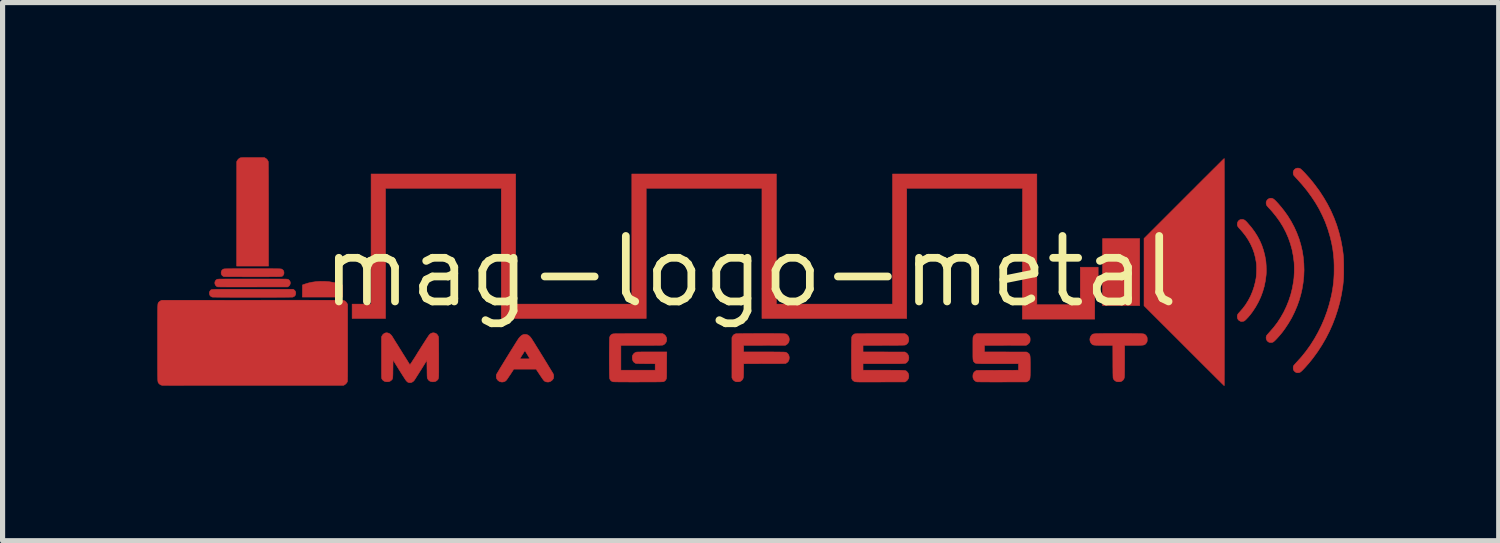
<source format=kicad_pcb>
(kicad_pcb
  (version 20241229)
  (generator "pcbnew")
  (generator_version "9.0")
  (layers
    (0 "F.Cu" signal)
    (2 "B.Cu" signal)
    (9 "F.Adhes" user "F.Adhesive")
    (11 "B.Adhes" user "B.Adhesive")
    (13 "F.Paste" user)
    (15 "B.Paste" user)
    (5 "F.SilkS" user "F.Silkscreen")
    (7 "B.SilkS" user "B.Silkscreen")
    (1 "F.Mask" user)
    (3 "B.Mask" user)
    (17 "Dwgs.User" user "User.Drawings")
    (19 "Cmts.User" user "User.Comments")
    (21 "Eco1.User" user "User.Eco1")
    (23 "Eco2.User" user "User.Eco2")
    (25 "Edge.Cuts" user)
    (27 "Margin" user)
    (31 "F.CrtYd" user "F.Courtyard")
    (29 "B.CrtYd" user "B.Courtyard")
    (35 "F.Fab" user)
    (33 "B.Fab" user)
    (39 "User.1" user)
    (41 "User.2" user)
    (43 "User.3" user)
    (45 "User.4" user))
  (footprint "mag-logo-metal"
    (layer "F.Cu")
    (at 11.503 2.215)
    (property "Reference" "mag-logo-metal" (at 0 0 0) (layer "F.SilkS") (effects (font (size 1.27 1.27) (thickness 0.15))))
    (attr through_hole)
    (fp_poly (pts (xy 7.544 0.66) (xy 6.824 0.66) (xy 6.824 -0.639) (xy 7.544 -0.639) (xy 7.544 0.66)) (stroke (width 0.01) (type solid)) (fill yes) (layer "F.Cu"))
    (fp_poly (pts (xy -8.255 0.191) (xy -8.171 0.197) (xy -8.089 0.211) (xy -8.063 0.216) (xy -8.037 0.223) (xy -8.008 0.23) (xy -7.98 0.239) (xy -7.961 0.244) (xy -7.914 0.26) (xy -7.913 0.378) (xy -7.912 0.495) (xy -8.691 0.495) (xy -8.689 0.26) (xy -8.651 0.246) (xy -8.579 0.223) (xy -8.502 0.206) (xy -8.422 0.195) (xy -8.339 0.19) (xy -8.255 0.191)) (stroke (width 0.01) (type solid)) (fill yes) (layer "F.Cu"))
    (fp_poly (pts (xy -4.555 0.631) (xy -2.303 0.631) (xy -2.303 -1.892) (xy 0.5 -1.892) (xy 0.5 0.631) (xy 2.752 0.631) (xy 2.752 -1.892) (xy 5.55 -1.892) (xy 5.55 0.643) (xy 6.392 0.643) (xy 6.392 -0.085) (xy 6.739 -0.085) (xy 6.739 0.195) (xy 6.672 0.195) (xy 6.672 0.923) (xy 5.269 0.923) (xy 5.273 -1.613) (xy 3.027 -1.613) (xy 3.027 0.91) (xy 0.22 0.91) (xy 0.22 -1.613) (xy -2.024 -1.613) (xy -2.024 0.91) (xy -4.834 0.91) (xy -4.834 -1.613) (xy -7.078 -1.613) (xy -7.078 0.91) (xy -7.726 0.91) (xy -7.726 0.631) (xy -7.358 0.631) (xy -7.358 -1.892) (xy -4.555 -1.892) (xy -4.555 0.631)) (stroke (width 0.01) (type solid)) (fill yes) (layer "F.Cu"))
    (fp_poly (pts (xy -9.406 -2.198) (xy -9.384 -2.182) (xy -9.366 -2.161) (xy -9.353 -2.136) (xy -9.352 -2.13) (xy -9.351 -2.124) (xy -9.351 -2.109) (xy -9.35 -2.086) (xy -9.35 -2.055) (xy -9.349 -2.015) (xy -9.349 -1.967) (xy -9.349 -1.91) (xy -9.348 -1.845) (xy -9.348 -1.771) (xy -9.348 -1.689) (xy -9.348 -1.599) (xy -9.347 -1.5) (xy -9.347 -1.393) (xy -9.347 -1.277) (xy -9.347 -1.153) (xy -9.347 -1.11) (xy -9.347 -0.106) (xy -9.965 -0.106) (xy -9.964 -1.119) (xy -9.963 -2.131) (xy -9.954 -2.149) (xy -9.937 -2.173) (xy -9.917 -2.192) (xy -9.9 -2.202) (xy -9.896 -2.204) (xy -9.891 -2.205) (xy -9.884 -2.206) (xy -9.875 -2.207) (xy -9.864 -2.208) (xy -9.848 -2.209) (xy -9.829 -2.209) (xy -9.804 -2.209) (xy -9.773 -2.209) (xy -9.736 -2.21) (xy -9.692 -2.21) (xy -9.656 -2.21) (xy -9.429 -2.21) (xy -9.406 -2.198)) (stroke (width 0.01) (type solid)) (fill yes) (layer "F.Cu"))
    (fp_poly (pts (xy -9.88 0.343) (xy -9.795 0.343) (xy -9.702 0.343) (xy -9.656 0.343) (xy -8.872 0.343) (xy -8.855 0.352) (xy -8.837 0.367) (xy -8.824 0.388) (xy -8.818 0.412) (xy -8.818 0.419) (xy -8.822 0.445) (xy -8.832 0.466) (xy -8.849 0.483) (xy -8.872 0.494) (xy -8.878 0.495) (xy -8.884 0.496) (xy -8.898 0.496) (xy -8.92 0.496) (xy -8.949 0.497) (xy -8.984 0.497) (xy -9.025 0.498) (xy -9.071 0.498) (xy -9.122 0.498) (xy -9.177 0.498) (xy -9.236 0.499) (xy -9.298 0.499) (xy -9.363 0.499) (xy -9.431 0.499) (xy -9.5 0.499) (xy -9.57 0.499) (xy -9.641 0.499) (xy -9.711 0.499) (xy -9.782 0.499) (xy -9.851 0.499) (xy -9.92 0.499) (xy -9.986 0.499) (xy -10.049 0.499) (xy -10.11 0.498) (xy -10.167 0.498) (xy -10.22 0.498) (xy -10.269 0.498) (xy -10.312 0.497) (xy -10.35 0.497) (xy -10.382 0.496) (xy -10.407 0.496) (xy -10.425 0.496) (xy -10.435 0.495) (xy -10.437 0.495) (xy -10.459 0.486) (xy -10.477 0.47) (xy -10.486 0.456) (xy -10.493 0.431) (xy -10.494 0.406) (xy -10.486 0.384) (xy -10.474 0.367) (xy -10.472 0.364) (xy -10.469 0.361) (xy -10.467 0.359) (xy -10.465 0.357) (xy -10.462 0.355) (xy -10.458 0.353) (xy -10.452 0.351) (xy -10.445 0.35) (xy -10.436 0.349) (xy -10.424 0.347) (xy -10.41 0.347) (xy -10.392 0.346) (xy -10.37 0.345) (xy -10.345 0.344) (xy -10.315 0.344) (xy -10.281 0.344) (xy -10.242 0.343) (xy -10.197 0.343) (xy -10.146 0.343) (xy -10.09 0.343) (xy -10.027 0.343) (xy -9.957 0.343) (xy -9.88 0.343)) (stroke (width 0.01) (type solid)) (fill yes) (layer "F.Cu"))
    (fp_poly (pts (xy -9.567 0.144) (xy -9.486 0.144) (xy -9.414 0.144) (xy -9.348 0.144) (xy -9.29 0.144) (xy -9.237 0.144) (xy -9.191 0.144) (xy -9.151 0.144) (xy -9.116 0.145) (xy -9.086 0.145) (xy -9.061 0.145) (xy -9.039 0.146) (xy -9.021 0.146) (xy -9.007 0.146) (xy -8.996 0.147) (xy -8.987 0.148) (xy -8.98 0.148) (xy -8.975 0.149) (xy -8.971 0.15) (xy -8.968 0.151) (xy -8.966 0.152) (xy -8.966 0.152) (xy -8.954 0.16) (xy -8.942 0.172) (xy -8.939 0.175) (xy -8.928 0.195) (xy -8.924 0.217) (xy -8.926 0.24) (xy -8.935 0.262) (xy -8.95 0.28) (xy -8.958 0.286) (xy -8.976 0.298) (xy -9.65 0.299) (xy -9.725 0.299) (xy -9.797 0.299) (xy -9.868 0.299) (xy -9.935 0.299) (xy -9.998 0.299) (xy -10.057 0.299) (xy -10.112 0.299) (xy -10.162 0.299) (xy -10.207 0.298) (xy -10.245 0.298) (xy -10.278 0.298) (xy -10.303 0.297) (xy -10.321 0.297) (xy -10.332 0.297) (xy -10.334 0.296) (xy -10.356 0.286) (xy -10.372 0.269) (xy -10.383 0.249) (xy -10.388 0.226) (xy -10.386 0.202) (xy -10.382 0.192) (xy -10.372 0.173) (xy -10.359 0.16) (xy -10.345 0.152) (xy -10.343 0.151) (xy -10.34 0.15) (xy -10.337 0.149) (xy -10.332 0.148) (xy -10.325 0.148) (xy -10.317 0.147) (xy -10.306 0.146) (xy -10.292 0.146) (xy -10.274 0.146) (xy -10.254 0.145) (xy -10.229 0.145) (xy -10.199 0.145) (xy -10.165 0.144) (xy -10.126 0.144) (xy -10.081 0.144) (xy -10.03 0.144) (xy -9.972 0.144) (xy -9.908 0.144) (xy -9.836 0.144) (xy -9.757 0.144) (xy -9.67 0.144) (xy -9.655 0.144) (xy -9.567 0.144)) (stroke (width 0.01) (type solid)) (fill yes) (layer "F.Cu"))
    (fp_poly (pts (xy 9.562 -1.005) (xy 9.571 -1.001) (xy 9.582 -0.994) (xy 9.595 -0.984) (xy 9.611 -0.969) (xy 9.63 -0.949) (xy 9.639 -0.938) (xy 9.71 -0.855) (xy 9.772 -0.771) (xy 9.826 -0.686) (xy 9.873 -0.598) (xy 9.912 -0.508) (xy 9.944 -0.414) (xy 9.969 -0.318) (xy 9.987 -0.222) (xy 9.991 -0.189) (xy 9.994 -0.15) (xy 9.997 -0.106) (xy 9.998 -0.061) (xy 9.999 -0.017) (xy 9.998 0.024) (xy 9.996 0.061) (xy 9.995 0.07) (xy 9.981 0.179) (xy 9.959 0.287) (xy 9.929 0.391) (xy 9.891 0.493) (xy 9.845 0.592) (xy 9.792 0.687) (xy 9.732 0.778) (xy 9.688 0.837) (xy 9.667 0.861) (xy 9.647 0.885) (xy 9.626 0.907) (xy 9.607 0.927) (xy 9.59 0.943) (xy 9.577 0.954) (xy 9.569 0.959) (xy 9.553 0.964) (xy 9.533 0.967) (xy 9.515 0.968) (xy 9.504 0.966) (xy 9.477 0.953) (xy 9.456 0.936) (xy 9.443 0.914) (xy 9.437 0.887) (xy 9.436 0.874) (xy 9.437 0.856) (xy 9.441 0.84) (xy 9.449 0.824) (xy 9.462 0.807) (xy 9.48 0.788) (xy 9.542 0.717) (xy 9.599 0.641) (xy 9.65 0.559) (xy 9.695 0.473) (xy 9.733 0.382) (xy 9.764 0.289) (xy 9.788 0.193) (xy 9.801 0.125) (xy 9.804 0.096) (xy 9.807 0.061) (xy 9.809 0.022) (xy 9.81 -0.018) (xy 9.811 -0.059) (xy 9.81 -0.098) (xy 9.809 -0.133) (xy 9.806 -0.162) (xy 9.805 -0.171) (xy 9.788 -0.267) (xy 9.765 -0.358) (xy 9.734 -0.445) (xy 9.696 -0.529) (xy 9.651 -0.611) (xy 9.599 -0.69) (xy 9.538 -0.768) (xy 9.487 -0.826) (xy 9.468 -0.846) (xy 9.455 -0.863) (xy 9.446 -0.876) (xy 9.44 -0.888) (xy 9.437 -0.901) (xy 9.436 -0.915) (xy 9.436 -0.919) (xy 9.44 -0.946) (xy 9.45 -0.97) (xy 9.466 -0.989) (xy 9.486 -1.003) (xy 9.51 -1.01) (xy 9.536 -1.011) (xy 9.562 -1.005)) (stroke (width 0.01) (type solid)) (fill yes) (layer "F.Cu"))
    (fp_poly (pts (xy -9.577 -0.055) (xy -9.505 -0.055) (xy -9.442 -0.055) (xy -9.385 -0.055) (xy -9.335 -0.055) (xy -9.291 -0.055) (xy -9.253 -0.054) (xy -9.221 -0.054) (xy -9.193 -0.054) (xy -9.17 -0.054) (xy -9.151 -0.053) (xy -9.135 -0.053) (xy -9.123 -0.052) (xy -9.113 -0.051) (xy -9.106 -0.051) (xy -9.101 -0.05) (xy -9.096 -0.049) (xy -9.093 -0.048) (xy -9.091 -0.047) (xy -9.07 -0.033) (xy -9.055 -0.015) (xy -9.048 0.007) (xy -9.047 0.023) (xy -9.049 0.047) (xy -9.058 0.067) (xy -9.067 0.078) (xy -9.07 0.081) (xy -9.073 0.084) (xy -9.076 0.087) (xy -9.079 0.089) (xy -9.083 0.092) (xy -9.089 0.093) (xy -9.097 0.095) (xy -9.106 0.096) (xy -9.119 0.098) (xy -9.135 0.099) (xy -9.154 0.099) (xy -9.178 0.1) (xy -9.205 0.101) (xy -9.238 0.101) (xy -9.276 0.101) (xy -9.32 0.101) (xy -9.37 0.102) (xy -9.427 0.102) (xy -9.491 0.102) (xy -9.562 0.102) (xy -9.641 0.102) (xy -9.657 0.102) (xy -9.737 0.102) (xy -9.81 0.102) (xy -9.874 0.101) (xy -9.932 0.101) (xy -9.983 0.101) (xy -10.027 0.101) (xy -10.066 0.101) (xy -10.099 0.101) (xy -10.127 0.1) (xy -10.15 0.1) (xy -10.169 0.1) (xy -10.185 0.099) (xy -10.197 0.099) (xy -10.206 0.098) (xy -10.213 0.097) (xy -10.217 0.096) (xy -10.22 0.095) (xy -10.221 0.095) (xy -10.243 0.08) (xy -10.257 0.061) (xy -10.264 0.038) (xy -10.265 0.015) (xy -10.259 -0.01) (xy -10.246 -0.03) (xy -10.227 -0.045) (xy -10.222 -0.047) (xy -10.219 -0.048) (xy -10.216 -0.049) (xy -10.211 -0.05) (xy -10.206 -0.051) (xy -10.198 -0.052) (xy -10.188 -0.052) (xy -10.176 -0.053) (xy -10.16 -0.053) (xy -10.14 -0.054) (xy -10.117 -0.054) (xy -10.089 -0.054) (xy -10.055 -0.054) (xy -10.017 -0.055) (xy -9.973 -0.055) (xy -9.922 -0.055) (xy -9.865 -0.055) (xy -9.8 -0.055) (xy -9.728 -0.055) (xy -9.656 -0.055) (xy -9.577 -0.055)) (stroke (width 0.01) (type solid)) (fill yes) (layer "F.Cu"))
    (fp_poly (pts (xy 9.183 -2.189) (xy 9.184 -2.176) (xy 9.184 -2.156) (xy 9.184 -2.128) (xy 9.184 -2.092) (xy 9.184 -2.049) (xy 9.184 -2) (xy 9.185 -1.943) (xy 9.185 -1.88) (xy 9.185 -1.811) (xy 9.185 -1.736) (xy 9.185 -1.655) (xy 9.185 -1.568) (xy 9.185 -1.477) (xy 9.186 -1.38) (xy 9.186 -1.279) (xy 9.186 -1.173) (xy 9.186 -1.063) (xy 9.186 -0.949) (xy 9.186 -0.831) (xy 9.186 -0.709) (xy 9.186 -0.585) (xy 9.186 -0.457) (xy 9.186 -0.327) (xy 9.186 -0.194) (xy 9.186 -0.059) (xy 9.186 0.011) (xy 9.186 0.147) (xy 9.186 0.281) (xy 9.186 0.412) (xy 9.186 0.541) (xy 9.186 0.668) (xy 9.186 0.791) (xy 9.186 0.91) (xy 9.186 1.026) (xy 9.186 1.139) (xy 9.186 1.247) (xy 9.186 1.35) (xy 9.186 1.449) (xy 9.185 1.544) (xy 9.185 1.633) (xy 9.185 1.716) (xy 9.185 1.795) (xy 9.185 1.867) (xy 9.185 1.933) (xy 9.185 1.993) (xy 9.184 2.046) (xy 9.184 2.093) (xy 9.184 2.132) (xy 9.184 2.164) (xy 9.184 2.188) (xy 9.183 2.205) (xy 9.183 2.213) (xy 9.183 2.214) (xy 9.18 2.211) (xy 9.171 2.202) (xy 9.157 2.188) (xy 9.137 2.169) (xy 9.112 2.144) (xy 9.083 2.115) (xy 9.049 2.082) (xy 9.011 2.044) (xy 8.969 2.002) (xy 8.923 1.956) (xy 8.874 1.907) (xy 8.821 1.855) (xy 8.765 1.799) (xy 8.707 1.741) (xy 8.646 1.68) (xy 8.583 1.617) (xy 8.519 1.553) (xy 8.452 1.486) (xy 8.404 1.438) (xy 7.628 0.663) (xy 7.628 -0.641) (xy 8.404 -1.417) (xy 8.472 -1.485) (xy 8.538 -1.551) (xy 8.603 -1.615) (xy 8.665 -1.678) (xy 8.725 -1.738) (xy 8.782 -1.795) (xy 8.837 -1.849) (xy 8.889 -1.901) (xy 8.937 -1.949) (xy 8.982 -1.994) (xy 9.023 -2.034) (xy 9.06 -2.071) (xy 9.092 -2.103) (xy 9.12 -2.131) (xy 9.143 -2.154) (xy 9.161 -2.172) (xy 9.174 -2.184) (xy 9.182 -2.191) (xy 9.183 -2.193) (xy 9.183 -2.189)) (stroke (width 0.01) (type solid)) (fill yes) (layer "F.Cu"))
    (fp_poly (pts (xy 0.394 1.202) (xy 0.446 1.202) (xy 0.492 1.203) (xy 0.532 1.203) (xy 0.566 1.203) (xy 0.595 1.204) (xy 0.619 1.205) (xy 0.639 1.206) (xy 0.656 1.207) (xy 0.669 1.208) (xy 0.68 1.21) (xy 0.688 1.212) (xy 0.695 1.214) (xy 0.7 1.217) (xy 0.704 1.22) (xy 0.709 1.224) (xy 0.713 1.228) (xy 0.715 1.23) (xy 0.733 1.252) (xy 0.745 1.279) (xy 0.75 1.31) (xy 0.75 1.317) (xy 0.746 1.349) (xy 0.736 1.377) (xy 0.718 1.4) (xy 0.694 1.419) (xy 0.692 1.42) (xy 0.675 1.429) (xy -0.135 1.431) (xy -0.135 1.558) (xy 0.268 1.559) (xy 0.335 1.559) (xy 0.395 1.559) (xy 0.447 1.559) (xy 0.493 1.56) (xy 0.532 1.56) (xy 0.565 1.56) (xy 0.593 1.561) (xy 0.616 1.561) (xy 0.634 1.561) (xy 0.649 1.562) (xy 0.661 1.563) (xy 0.67 1.563) (xy 0.677 1.564) (xy 0.682 1.565) (xy 0.686 1.567) (xy 0.689 1.568) (xy 0.712 1.582) (xy 0.73 1.603) (xy 0.743 1.629) (xy 0.749 1.658) (xy 0.75 1.672) (xy 0.746 1.705) (xy 0.736 1.733) (xy 0.718 1.756) (xy 0.694 1.774) (xy 0.692 1.775) (xy 0.675 1.784) (xy 0.27 1.785) (xy -0.135 1.787) (xy -0.135 1.906) (xy -0.136 1.939) (xy -0.136 1.97) (xy -0.137 1.998) (xy -0.138 2.022) (xy -0.139 2.04) (xy -0.14 2.051) (xy -0.14 2.051) (xy -0.148 2.079) (xy -0.163 2.102) (xy -0.186 2.121) (xy -0.188 2.123) (xy -0.2 2.129) (xy -0.21 2.133) (xy -0.223 2.136) (xy -0.241 2.137) (xy -0.245 2.137) (xy -0.266 2.137) (xy -0.281 2.136) (xy -0.293 2.132) (xy -0.298 2.13) (xy -0.325 2.114) (xy -0.344 2.093) (xy -0.352 2.08) (xy -0.362 2.06) (xy -0.362 1.281) (xy -0.351 1.257) (xy -0.336 1.234) (xy -0.317 1.218) (xy -0.292 1.208) (xy -0.288 1.207) (xy -0.28 1.206) (xy -0.264 1.205) (xy -0.24 1.205) (xy -0.207 1.204) (xy -0.167 1.204) (xy -0.119 1.203) (xy -0.063 1.203) (xy 0.000022 1.203) (xy 0.071 1.202) (xy 0.149 1.202) (xy 0.193 1.202) (xy 0.268 1.202) (xy 0.335 1.202) (xy 0.394 1.202)) (stroke (width 0.01) (type solid)) (fill yes) (layer "F.Cu"))
    (fp_poly (pts (xy 10.12 -1.416) (xy 10.126 -1.414) (xy 10.14 -1.405) (xy 10.158 -1.391) (xy 10.179 -1.371) (xy 10.203 -1.346) (xy 10.23 -1.317) (xy 10.258 -1.284) (xy 10.288 -1.249) (xy 10.317 -1.212) (xy 10.347 -1.174) (xy 10.375 -1.135) (xy 10.402 -1.097) (xy 10.413 -1.082) (xy 10.48 -0.974) (xy 10.539 -0.864) (xy 10.59 -0.751) (xy 10.634 -0.635) (xy 10.669 -0.517) (xy 10.697 -0.397) (xy 10.716 -0.276) (xy 10.727 -0.153) (xy 10.731 -0.029) (xy 10.726 0.096) (xy 10.712 0.222) (xy 10.691 0.348) (xy 10.671 0.434) (xy 10.638 0.552) (xy 10.596 0.669) (xy 10.547 0.784) (xy 10.492 0.896) (xy 10.429 1.003) (xy 10.361 1.106) (xy 10.328 1.151) (xy 10.303 1.184) (xy 10.277 1.216) (xy 10.25 1.247) (xy 10.224 1.277) (xy 10.2 1.303) (xy 10.177 1.327) (xy 10.157 1.346) (xy 10.141 1.36) (xy 10.129 1.368) (xy 10.113 1.373) (xy 10.092 1.376) (xy 10.071 1.375) (xy 10.053 1.371) (xy 10.048 1.369) (xy 10.025 1.353) (xy 10.008 1.332) (xy 9.998 1.308) (xy 9.995 1.282) (xy 9.999 1.256) (xy 10.003 1.246) (xy 10.008 1.237) (xy 10.019 1.224) (xy 10.033 1.207) (xy 10.049 1.189) (xy 10.058 1.179) (xy 10.138 1.088) (xy 10.211 0.993) (xy 10.277 0.892) (xy 10.337 0.787) (xy 10.389 0.678) (xy 10.434 0.566) (xy 10.472 0.45) (xy 10.502 0.331) (xy 10.524 0.21) (xy 10.535 0.129) (xy 10.537 0.098) (xy 10.539 0.061) (xy 10.541 0.02) (xy 10.542 -0.024) (xy 10.542 -0.067) (xy 10.541 -0.109) (xy 10.54 -0.147) (xy 10.538 -0.179) (xy 10.537 -0.186) (xy 10.521 -0.308) (xy 10.498 -0.426) (xy 10.466 -0.54) (xy 10.427 -0.652) (xy 10.38 -0.76) (xy 10.325 -0.866) (xy 10.262 -0.968) (xy 10.191 -1.067) (xy 10.113 -1.163) (xy 10.071 -1.21) (xy 10.048 -1.234) (xy 10.031 -1.253) (xy 10.018 -1.268) (xy 10.009 -1.28) (xy 10.003 -1.29) (xy 10 -1.299) (xy 9.998 -1.309) (xy 9.996 -1.319) (xy 9.996 -1.322) (xy 9.996 -1.338) (xy 9.997 -1.351) (xy 10.002 -1.364) (xy 10.006 -1.372) (xy 10.022 -1.394) (xy 10.043 -1.41) (xy 10.067 -1.42) (xy 10.093 -1.422) (xy 10.12 -1.416)) (stroke (width 0.01) (type solid)) (fill yes) (layer "F.Cu"))
    (fp_poly (pts (xy 5.362 1.214) (xy 5.382 1.228) (xy 5.4 1.248) (xy 5.413 1.269) (xy 5.414 1.27) (xy 5.418 1.285) (xy 5.42 1.306) (xy 5.42 1.328) (xy 5.418 1.349) (xy 5.414 1.363) (xy 5.401 1.385) (xy 5.383 1.404) (xy 5.363 1.419) (xy 5.362 1.419) (xy 5.345 1.429) (xy 4.939 1.43) (xy 4.534 1.431) (xy 4.534 1.558) (xy 4.941 1.559) (xy 5.349 1.56) (xy 5.369 1.57) (xy 5.383 1.579) (xy 5.395 1.589) (xy 5.4 1.594) (xy 5.405 1.601) (xy 5.409 1.608) (xy 5.413 1.617) (xy 5.416 1.628) (xy 5.418 1.641) (xy 5.42 1.657) (xy 5.421 1.678) (xy 5.422 1.704) (xy 5.422 1.736) (xy 5.423 1.774) (xy 5.423 1.819) (xy 5.423 1.85) (xy 5.423 1.9) (xy 5.423 1.942) (xy 5.422 1.977) (xy 5.422 2.007) (xy 5.42 2.03) (xy 5.419 2.049) (xy 5.417 2.065) (xy 5.415 2.077) (xy 5.411 2.087) (xy 5.407 2.095) (xy 5.403 2.102) (xy 5.4 2.107) (xy 5.389 2.117) (xy 5.376 2.126) (xy 5.369 2.13) (xy 5.349 2.14) (xy 4.875 2.141) (xy 4.812 2.141) (xy 4.751 2.141) (xy 4.693 2.141) (xy 4.639 2.141) (xy 4.588 2.14) (xy 4.542 2.14) (xy 4.5 2.14) (xy 4.464 2.14) (xy 4.435 2.139) (xy 4.412 2.139) (xy 4.396 2.139) (xy 4.388 2.138) (xy 4.387 2.138) (xy 4.363 2.128) (xy 4.342 2.112) (xy 4.325 2.091) (xy 4.314 2.067) (xy 4.313 2.065) (xy 4.311 2.047) (xy 4.31 2.025) (xy 4.312 2.003) (xy 4.316 1.984) (xy 4.32 1.973) (xy 4.337 1.948) (xy 4.361 1.928) (xy 4.367 1.925) (xy 4.384 1.916) (xy 5.194 1.913) (xy 5.194 1.786) (xy 4.795 1.786) (xy 4.725 1.786) (xy 4.664 1.786) (xy 4.609 1.786) (xy 4.562 1.786) (xy 4.521 1.786) (xy 4.486 1.786) (xy 4.456 1.785) (xy 4.431 1.784) (xy 4.411 1.783) (xy 4.394 1.782) (xy 4.381 1.781) (xy 4.37 1.779) (xy 4.362 1.777) (xy 4.356 1.774) (xy 4.35 1.771) (xy 4.346 1.767) (xy 4.342 1.764) (xy 4.338 1.759) (xy 4.332 1.753) (xy 4.326 1.747) (xy 4.322 1.74) (xy 4.319 1.733) (xy 4.316 1.723) (xy 4.314 1.71) (xy 4.312 1.694) (xy 4.311 1.673) (xy 4.31 1.648) (xy 4.31 1.617) (xy 4.31 1.58) (xy 4.31 1.535) (xy 4.31 1.494) (xy 4.31 1.445) (xy 4.31 1.404) (xy 4.31 1.37) (xy 4.31 1.342) (xy 4.311 1.32) (xy 4.311 1.302) (xy 4.312 1.289) (xy 4.313 1.279) (xy 4.314 1.271) (xy 4.316 1.266) (xy 4.316 1.265) (xy 4.329 1.241) (xy 4.349 1.222) (xy 4.362 1.214) (xy 4.379 1.204) (xy 5.345 1.204) (xy 5.362 1.214)) (stroke (width 0.01) (type solid)) (fill yes) (layer "F.Cu"))
    (fp_poly (pts (xy 7.075 1.202) (xy 7.135 1.202) (xy 7.21 1.202) (xy 7.276 1.202) (xy 7.335 1.202) (xy 7.387 1.202) (xy 7.432 1.203) (xy 7.472 1.203) (xy 7.505 1.203) (xy 7.534 1.204) (xy 7.558 1.204) (xy 7.578 1.205) (xy 7.594 1.206) (xy 7.607 1.208) (xy 7.618 1.209) (xy 7.626 1.211) (xy 7.633 1.213) (xy 7.638 1.215) (xy 7.642 1.218) (xy 7.647 1.221) (xy 7.651 1.225) (xy 7.652 1.225) (xy 7.663 1.236) (xy 7.674 1.25) (xy 7.678 1.256) (xy 7.684 1.267) (xy 7.687 1.276) (xy 7.689 1.287) (xy 7.69 1.303) (xy 7.69 1.317) (xy 7.69 1.336) (xy 7.689 1.35) (xy 7.686 1.36) (xy 7.682 1.37) (xy 7.678 1.376) (xy 7.669 1.39) (xy 7.658 1.403) (xy 7.654 1.407) (xy 7.647 1.413) (xy 7.639 1.417) (xy 7.631 1.421) (xy 7.621 1.424) (xy 7.608 1.426) (xy 7.592 1.428) (xy 7.571 1.429) (xy 7.545 1.43) (xy 7.514 1.431) (xy 7.475 1.431) (xy 7.429 1.431) (xy 7.252 1.431) (xy 7.252 1.728) (xy 7.252 1.784) (xy 7.251 1.836) (xy 7.251 1.884) (xy 7.251 1.927) (xy 7.25 1.964) (xy 7.25 1.996) (xy 7.249 2.022) (xy 7.248 2.04) (xy 7.248 2.05) (xy 7.247 2.051) (xy 7.239 2.079) (xy 7.224 2.102) (xy 7.202 2.121) (xy 7.199 2.123) (xy 7.187 2.129) (xy 7.177 2.133) (xy 7.164 2.136) (xy 7.146 2.137) (xy 7.142 2.137) (xy 7.123 2.137) (xy 7.109 2.136) (xy 7.097 2.133) (xy 7.085 2.128) (xy 7.084 2.128) (xy 7.06 2.112) (xy 7.041 2.092) (xy 7.033 2.076) (xy 7.031 2.073) (xy 7.03 2.068) (xy 7.029 2.062) (xy 7.028 2.055) (xy 7.027 2.044) (xy 7.027 2.03) (xy 7.026 2.013) (xy 7.026 1.991) (xy 7.025 1.964) (xy 7.025 1.931) (xy 7.025 1.892) (xy 7.024 1.847) (xy 7.024 1.794) (xy 7.024 1.745) (xy 7.023 1.431) (xy 6.848 1.431) (xy 6.801 1.431) (xy 6.761 1.431) (xy 6.729 1.43) (xy 6.702 1.429) (xy 6.68 1.428) (xy 6.663 1.426) (xy 6.65 1.424) (xy 6.639 1.421) (xy 6.631 1.416) (xy 6.623 1.411) (xy 6.616 1.405) (xy 6.61 1.399) (xy 6.593 1.375) (xy 6.582 1.348) (xy 6.578 1.319) (xy 6.581 1.29) (xy 6.591 1.262) (xy 6.607 1.238) (xy 6.61 1.234) (xy 6.615 1.229) (xy 6.619 1.225) (xy 6.623 1.221) (xy 6.628 1.218) (xy 6.633 1.215) (xy 6.64 1.212) (xy 6.649 1.21) (xy 6.66 1.208) (xy 6.674 1.207) (xy 6.691 1.205) (xy 6.712 1.204) (xy 6.738 1.204) (xy 6.768 1.203) (xy 6.803 1.203) (xy 6.844 1.202) (xy 6.892 1.202) (xy 6.946 1.202) (xy 7.007 1.202) (xy 7.075 1.202)) (stroke (width 0.01) (type solid)) (fill yes) (layer "F.Cu"))
    (fp_poly (pts (xy 10.642 -2.001) (xy 10.654 -1.996) (xy 10.665 -1.989) (xy 10.681 -1.975) (xy 10.701 -1.956) (xy 10.724 -1.933) (xy 10.75 -1.906) (xy 10.777 -1.876) (xy 10.807 -1.843) (xy 10.837 -1.809) (xy 10.867 -1.773) (xy 10.896 -1.738) (xy 10.924 -1.702) (xy 10.933 -1.691) (xy 11.025 -1.567) (xy 11.108 -1.44) (xy 11.184 -1.31) (xy 11.252 -1.177) (xy 11.312 -1.041) (xy 11.364 -0.903) (xy 11.407 -0.762) (xy 11.443 -0.618) (xy 11.471 -0.472) (xy 11.474 -0.453) (xy 11.48 -0.412) (xy 11.485 -0.376) (xy 11.489 -0.342) (xy 11.493 -0.31) (xy 11.495 -0.278) (xy 11.497 -0.245) (xy 11.498 -0.21) (xy 11.499 -0.17) (xy 11.5 -0.125) (xy 11.5 -0.074) (xy 11.5 -0.061) (xy 11.5 -0.012) (xy 11.5 0.03) (xy 11.499 0.066) (xy 11.498 0.099) (xy 11.497 0.128) (xy 11.495 0.155) (xy 11.493 0.182) (xy 11.49 0.211) (xy 11.487 0.241) (xy 11.483 0.276) (xy 11.481 0.292) (xy 11.457 0.44) (xy 11.426 0.587) (xy 11.386 0.733) (xy 11.339 0.877) (xy 11.285 1.019) (xy 11.223 1.158) (xy 11.154 1.293) (xy 11.078 1.424) (xy 10.996 1.551) (xy 10.908 1.672) (xy 10.875 1.714) (xy 10.846 1.75) (xy 10.817 1.785) (xy 10.788 1.818) (xy 10.76 1.85) (xy 10.734 1.878) (xy 10.71 1.903) (xy 10.689 1.924) (xy 10.671 1.94) (xy 10.658 1.95) (xy 10.654 1.952) (xy 10.632 1.96) (xy 10.607 1.962) (xy 10.588 1.96) (xy 10.567 1.951) (xy 10.548 1.937) (xy 10.533 1.919) (xy 10.53 1.914) (xy 10.522 1.893) (xy 10.52 1.868) (xy 10.522 1.845) (xy 10.526 1.831) (xy 10.531 1.823) (xy 10.541 1.81) (xy 10.554 1.795) (xy 10.57 1.777) (xy 10.584 1.762) (xy 10.68 1.656) (xy 10.77 1.544) (xy 10.854 1.427) (xy 10.932 1.304) (xy 11.003 1.177) (xy 11.068 1.046) (xy 11.126 0.911) (xy 11.177 0.773) (xy 11.22 0.633) (xy 11.256 0.49) (xy 11.269 0.43) (xy 11.283 0.352) (xy 11.294 0.279) (xy 11.303 0.206) (xy 11.309 0.132) (xy 11.313 0.055) (xy 11.314 -0.011) (xy 11.314 -0.126) (xy 11.31 -0.235) (xy 11.3 -0.341) (xy 11.286 -0.446) (xy 11.266 -0.551) (xy 11.241 -0.657) (xy 11.23 -0.698) (xy 11.19 -0.83) (xy 11.143 -0.959) (xy 11.087 -1.086) (xy 11.025 -1.21) (xy 10.954 -1.332) (xy 10.875 -1.451) (xy 10.789 -1.569) (xy 10.694 -1.685) (xy 10.594 -1.797) (xy 10.575 -1.817) (xy 10.558 -1.836) (xy 10.544 -1.852) (xy 10.533 -1.865) (xy 10.527 -1.873) (xy 10.527 -1.874) (xy 10.522 -1.891) (xy 10.52 -1.912) (xy 10.521 -1.933) (xy 10.526 -1.952) (xy 10.528 -1.955) (xy 10.544 -1.978) (xy 10.565 -1.994) (xy 10.589 -2.004) (xy 10.615 -2.006) (xy 10.642 -2.001)) (stroke (width 0.01) (type solid)) (fill yes) (layer "F.Cu"))
    (fp_poly (pts (xy -8.913 0.555) (xy -8.788 0.555) (xy -8.671 0.555) (xy -8.562 0.556) (xy -8.462 0.556) (xy -8.37 0.556) (xy -8.286 0.556) (xy -8.21 0.556) (xy -8.143 0.556) (xy -8.083 0.557) (xy -8.032 0.557) (xy -7.989 0.557) (xy -7.954 0.557) (xy -7.927 0.558) (xy -7.909 0.558) (xy -7.898 0.559) (xy -7.895 0.559) (xy -7.868 0.57) (xy -7.845 0.588) (xy -7.827 0.612) (xy -7.825 0.616) (xy -7.813 0.641) (xy -7.813 1.38) (xy -7.813 1.475) (xy -7.813 1.561) (xy -7.813 1.64) (xy -7.813 1.712) (xy -7.813 1.777) (xy -7.813 1.834) (xy -7.813 1.886) (xy -7.813 1.931) (xy -7.814 1.971) (xy -7.814 2.006) (xy -7.814 2.035) (xy -7.815 2.06) (xy -7.815 2.081) (xy -7.815 2.098) (xy -7.816 2.111) (xy -7.817 2.121) (xy -7.817 2.128) (xy -7.818 2.133) (xy -7.818 2.135) (xy -7.828 2.153) (xy -7.843 2.172) (xy -7.861 2.188) (xy -7.878 2.199) (xy -7.897 2.208) (xy -9.646 2.208) (xy -9.767 2.208) (xy -9.886 2.208) (xy -10.003 2.208) (xy -10.117 2.208) (xy -10.229 2.208) (xy -10.337 2.208) (xy -10.442 2.208) (xy -10.542 2.208) (xy -10.639 2.208) (xy -10.732 2.208) (xy -10.819 2.208) (xy -10.902 2.208) (xy -10.98 2.208) (xy -11.052 2.207) (xy -11.119 2.207) (xy -11.179 2.207) (xy -11.233 2.207) (xy -11.281 2.207) (xy -11.322 2.206) (xy -11.355 2.206) (xy -11.381 2.206) (xy -11.399 2.206) (xy -11.41 2.206) (xy -11.412 2.205) (xy -11.434 2.199) (xy -11.453 2.188) (xy -11.47 2.172) (xy -11.473 2.168) (xy -11.477 2.165) (xy -11.479 2.162) (xy -11.482 2.159) (xy -11.484 2.155) (xy -11.486 2.151) (xy -11.488 2.145) (xy -11.49 2.138) (xy -11.491 2.128) (xy -11.493 2.116) (xy -11.494 2.101) (xy -11.495 2.083) (xy -11.495 2.061) (xy -11.496 2.036) (xy -11.497 2.006) (xy -11.497 1.971) (xy -11.497 1.932) (xy -11.498 1.886) (xy -11.498 1.836) (xy -11.498 1.778) (xy -11.498 1.715) (xy -11.498 1.644) (xy -11.498 1.566) (xy -11.498 1.48) (xy -11.498 1.387) (xy -11.498 1.382) (xy -11.498 1.288) (xy -11.498 1.202) (xy -11.498 1.124) (xy -11.498 1.054) (xy -11.498 0.99) (xy -11.498 0.932) (xy -11.497 0.881) (xy -11.497 0.836) (xy -11.497 0.796) (xy -11.497 0.762) (xy -11.496 0.732) (xy -11.496 0.706) (xy -11.495 0.684) (xy -11.494 0.666) (xy -11.493 0.651) (xy -11.492 0.639) (xy -11.491 0.629) (xy -11.489 0.622) (xy -11.488 0.616) (xy -11.486 0.611) (xy -11.484 0.607) (xy -11.482 0.604) (xy -11.479 0.601) (xy -11.477 0.598) (xy -11.475 0.595) (xy -11.465 0.585) (xy -11.451 0.575) (xy -11.442 0.569) (xy -11.419 0.557) (xy -9.665 0.556) (xy -9.498 0.556) (xy -9.339 0.555) (xy -9.189 0.555) (xy -9.047 0.555) (xy -8.913 0.555)) (stroke (width 0.01) (type solid)) (fill yes) (layer "F.Cu"))
    (fp_poly (pts (xy -4.373 1.218) (xy -4.345 1.221) (xy -4.319 1.23) (xy -4.295 1.246) (xy -4.271 1.269) (xy -4.247 1.3) (xy -4.247 1.301) (xy -4.241 1.31) (xy -4.231 1.326) (xy -4.218 1.347) (xy -4.201 1.373) (xy -4.182 1.403) (xy -4.161 1.438) (xy -4.138 1.475) (xy -4.113 1.515) (xy -4.087 1.557) (xy -4.061 1.6) (xy -4.034 1.643) (xy -4.007 1.687) (xy -3.981 1.73) (xy -3.955 1.772) (xy -3.931 1.812) (xy -3.908 1.85) (xy -3.887 1.884) (xy -3.868 1.915) (xy -3.852 1.941) (xy -3.839 1.962) (xy -3.83 1.978) (xy -3.825 1.987) (xy -3.824 1.99) (xy -3.819 2.008) (xy -3.817 2.03) (xy -3.819 2.052) (xy -3.823 2.072) (xy -3.825 2.076) (xy -3.84 2.099) (xy -3.863 2.119) (xy -3.885 2.132) (xy -3.912 2.141) (xy -3.941 2.142) (xy -3.969 2.137) (xy -3.99 2.127) (xy -3.997 2.123) (xy -4.003 2.118) (xy -4.01 2.11) (xy -4.018 2.1) (xy -4.028 2.087) (xy -4.041 2.069) (xy -4.056 2.046) (xy -4.076 2.017) (xy -4.085 2.003) (xy -4.159 1.892) (xy -4.591 1.892) (xy -4.654 1.989) (xy -4.672 2.015) (xy -4.689 2.04) (xy -4.704 2.063) (xy -4.717 2.082) (xy -4.727 2.096) (xy -4.732 2.103) (xy -4.752 2.122) (xy -4.777 2.135) (xy -4.805 2.142) (xy -4.834 2.141) (xy -4.862 2.134) (xy -4.866 2.132) (xy -4.886 2.12) (xy -4.904 2.104) (xy -4.918 2.085) (xy -4.927 2.067) (xy -4.931 2.041) (xy -4.931 2.014) (xy -4.928 1.998) (xy -4.925 1.992) (xy -4.918 1.98) (xy -4.907 1.961) (xy -4.893 1.938) (xy -4.876 1.91) (xy -4.857 1.877) (xy -4.835 1.841) (xy -4.811 1.802) (xy -4.786 1.761) (xy -4.76 1.719) (xy -4.744 1.693) (xy -4.476 1.693) (xy -4.377 1.693) (xy -4.345 1.693) (xy -4.32 1.693) (xy -4.302 1.692) (xy -4.29 1.691) (xy -4.283 1.69) (xy -4.281 1.689) (xy -4.281 1.688) (xy -4.284 1.683) (xy -4.29 1.673) (xy -4.299 1.658) (xy -4.31 1.64) (xy -4.322 1.62) (xy -4.334 1.599) (xy -4.347 1.579) (xy -4.358 1.561) (xy -4.367 1.547) (xy -4.373 1.537) (xy -4.375 1.534) (xy -4.377 1.537) (xy -4.383 1.546) (xy -4.393 1.56) (xy -4.404 1.579) (xy -4.417 1.6) (xy -4.42 1.603) (xy -4.434 1.626) (xy -4.446 1.646) (xy -4.457 1.664) (xy -4.465 1.677) (xy -4.469 1.684) (xy -4.469 1.684) (xy -4.476 1.693) (xy -4.744 1.693) (xy -4.733 1.675) (xy -4.706 1.631) (xy -4.679 1.587) (xy -4.652 1.543) (xy -4.626 1.502) (xy -4.601 1.462) (xy -4.578 1.425) (xy -4.557 1.391) (xy -4.538 1.361) (xy -4.522 1.335) (xy -4.508 1.315) (xy -4.499 1.3) (xy -4.493 1.292) (xy -4.492 1.291) (xy -4.467 1.263) (xy -4.444 1.242) (xy -4.421 1.228) (xy -4.398 1.22) (xy -4.373 1.218) (xy -4.373 1.218)) (stroke (width 0.01) (type solid)) (fill yes) (layer "F.Cu"))
    (fp_poly (pts (xy 3.008 1.214) (xy 3.032 1.231) (xy 3.05 1.252) (xy 3.061 1.277) (xy 3.067 1.304) (xy 3.067 1.331) (xy 3.062 1.358) (xy 3.05 1.382) (xy 3.032 1.403) (xy 3.009 1.42) (xy 3.007 1.421) (xy 3.004 1.422) (xy 3 1.423) (xy 2.996 1.424) (xy 2.99 1.425) (xy 2.981 1.426) (xy 2.97 1.427) (xy 2.956 1.427) (xy 2.938 1.428) (xy 2.916 1.428) (xy 2.889 1.428) (xy 2.857 1.429) (xy 2.819 1.429) (xy 2.775 1.429) (xy 2.724 1.429) (xy 2.666 1.43) (xy 2.6 1.43) (xy 2.586 1.43) (xy 2.18 1.431) (xy 2.18 1.558) (xy 2.991 1.56) (xy 3.008 1.569) (xy 3.032 1.586) (xy 3.05 1.609) (xy 3.062 1.634) (xy 3.068 1.662) (xy 3.067 1.69) (xy 3.06 1.718) (xy 3.046 1.743) (xy 3.033 1.758) (xy 3.028 1.763) (xy 3.024 1.767) (xy 3.02 1.77) (xy 3.014 1.774) (xy 3.008 1.776) (xy 3 1.779) (xy 2.99 1.78) (xy 2.976 1.782) (xy 2.96 1.783) (xy 2.94 1.784) (xy 2.915 1.785) (xy 2.886 1.786) (xy 2.851 1.786) (xy 2.811 1.786) (xy 2.764 1.786) (xy 2.71 1.786) (xy 2.649 1.786) (xy 2.58 1.786) (xy 2.18 1.786) (xy 2.18 1.913) (xy 2.577 1.913) (xy 2.647 1.913) (xy 2.708 1.913) (xy 2.762 1.914) (xy 2.809 1.914) (xy 2.85 1.914) (xy 2.885 1.914) (xy 2.914 1.915) (xy 2.939 1.916) (xy 2.959 1.917) (xy 2.976 1.918) (xy 2.989 1.919) (xy 3 1.921) (xy 3.008 1.924) (xy 3.014 1.926) (xy 3.019 1.929) (xy 3.024 1.933) (xy 3.028 1.937) (xy 3.033 1.942) (xy 3.033 1.942) (xy 3.052 1.965) (xy 3.063 1.992) (xy 3.068 2.02) (xy 3.066 2.048) (xy 3.059 2.075) (xy 3.044 2.1) (xy 3.024 2.12) (xy 3.008 2.131) (xy 2.991 2.14) (xy 2.517 2.141) (xy 2.443 2.141) (xy 2.377 2.141) (xy 2.319 2.141) (xy 2.268 2.141) (xy 2.224 2.141) (xy 2.185 2.141) (xy 2.152 2.141) (xy 2.124 2.141) (xy 2.101 2.141) (xy 2.082 2.14) (xy 2.066 2.14) (xy 2.054 2.139) (xy 2.044 2.138) (xy 2.036 2.138) (xy 2.03 2.137) (xy 2.026 2.136) (xy 2.022 2.135) (xy 2.02 2.134) (xy 1.995 2.121) (xy 1.976 2.104) (xy 1.963 2.081) (xy 1.962 2.077) (xy 1.961 2.069) (xy 1.96 2.053) (xy 1.959 2.03) (xy 1.958 2) (xy 1.957 1.966) (xy 1.957 1.926) (xy 1.956 1.883) (xy 1.956 1.837) (xy 1.955 1.788) (xy 1.955 1.737) (xy 1.955 1.685) (xy 1.955 1.634) (xy 1.955 1.582) (xy 1.955 1.533) (xy 1.956 1.485) (xy 1.956 1.44) (xy 1.957 1.398) (xy 1.958 1.361) (xy 1.958 1.329) (xy 1.959 1.303) (xy 1.96 1.283) (xy 1.961 1.271) (xy 1.962 1.267) (xy 1.973 1.245) (xy 1.992 1.225) (xy 2.011 1.212) (xy 2.013 1.211) (xy 2.017 1.21) (xy 2.021 1.209) (xy 2.026 1.208) (xy 2.034 1.207) (xy 2.044 1.207) (xy 2.058 1.206) (xy 2.074 1.206) (xy 2.095 1.205) (xy 2.12 1.205) (xy 2.149 1.205) (xy 2.184 1.205) (xy 2.225 1.205) (xy 2.272 1.204) (xy 2.326 1.204) (xy 2.387 1.204) (xy 2.456 1.204) (xy 2.508 1.204) (xy 2.991 1.204) (xy 3.008 1.214)) (stroke (width 0.01) (type solid)) (fill yes) (layer "F.Cu"))
    (fp_poly (pts (xy -1.687 1.214) (xy -1.664 1.23) (xy -1.646 1.251) (xy -1.634 1.275) (xy -1.632 1.279) (xy -1.627 1.304) (xy -1.627 1.328) (xy -1.632 1.354) (xy -1.632 1.355) (xy -1.642 1.376) (xy -1.657 1.396) (xy -1.676 1.413) (xy -1.697 1.424) (xy -1.703 1.426) (xy -1.709 1.427) (xy -1.721 1.428) (xy -1.738 1.428) (xy -1.76 1.429) (xy -1.789 1.429) (xy -1.824 1.43) (xy -1.867 1.43) (xy -1.916 1.431) (xy -1.972 1.431) (xy -2.037 1.431) (xy -2.109 1.431) (xy -2.515 1.431) (xy -2.515 1.913) (xy -1.85 1.913) (xy -1.85 1.787) (xy -2.035 1.786) (xy -2.08 1.785) (xy -2.116 1.785) (xy -2.146 1.785) (xy -2.17 1.784) (xy -2.189 1.784) (xy -2.203 1.783) (xy -2.214 1.782) (xy -2.222 1.781) (xy -2.228 1.779) (xy -2.232 1.778) (xy -2.237 1.776) (xy -2.237 1.775) (xy -2.262 1.758) (xy -2.279 1.736) (xy -2.29 1.709) (xy -2.294 1.677) (xy -2.294 1.672) (xy -2.294 1.653) (xy -2.292 1.639) (xy -2.287 1.626) (xy -2.283 1.617) (xy -2.266 1.593) (xy -2.244 1.575) (xy -2.219 1.564) (xy -2.214 1.562) (xy -2.204 1.561) (xy -2.186 1.56) (xy -2.159 1.56) (xy -2.124 1.559) (xy -2.081 1.558) (xy -2.029 1.558) (xy -1.968 1.558) (xy -1.909 1.558) (xy -1.625 1.558) (xy -1.627 1.813) (xy -1.627 1.866) (xy -1.627 1.911) (xy -1.627 1.949) (xy -1.628 1.98) (xy -1.628 2.006) (xy -1.628 2.027) (xy -1.629 2.043) (xy -1.63 2.056) (xy -1.631 2.065) (xy -1.632 2.072) (xy -1.633 2.078) (xy -1.635 2.082) (xy -1.636 2.086) (xy -1.637 2.087) (xy -1.65 2.108) (xy -1.666 2.123) (xy -1.683 2.132) (xy -1.686 2.134) (xy -1.69 2.135) (xy -1.694 2.136) (xy -1.701 2.136) (xy -1.71 2.137) (xy -1.721 2.138) (xy -1.736 2.138) (xy -1.754 2.139) (xy -1.776 2.139) (xy -1.803 2.139) (xy -1.835 2.14) (xy -1.872 2.14) (xy -1.915 2.14) (xy -1.965 2.14) (xy -2.022 2.14) (xy -2.086 2.14) (xy -2.158 2.141) (xy -2.174 2.141) (xy -2.24 2.141) (xy -2.303 2.141) (xy -2.363 2.141) (xy -2.419 2.14) (xy -2.47 2.14) (xy -2.517 2.14) (xy -2.558 2.14) (xy -2.593 2.139) (xy -2.622 2.139) (xy -2.644 2.138) (xy -2.658 2.138) (xy -2.664 2.137) (xy -2.691 2.128) (xy -2.711 2.113) (xy -2.726 2.091) (xy -2.733 2.073) (xy -2.734 2.065) (xy -2.735 2.049) (xy -2.736 2.025) (xy -2.737 1.996) (xy -2.738 1.961) (xy -2.738 1.922) (xy -2.739 1.878) (xy -2.739 1.832) (xy -2.74 1.783) (xy -2.74 1.732) (xy -2.74 1.681) (xy -2.74 1.629) (xy -2.74 1.578) (xy -2.739 1.529) (xy -2.739 1.481) (xy -2.738 1.437) (xy -2.738 1.396) (xy -2.737 1.359) (xy -2.736 1.328) (xy -2.735 1.303) (xy -2.734 1.284) (xy -2.733 1.273) (xy -2.732 1.271) (xy -2.721 1.245) (xy -2.704 1.226) (xy -2.681 1.212) (xy -2.681 1.212) (xy -2.677 1.211) (xy -2.673 1.21) (xy -2.668 1.209) (xy -2.661 1.208) (xy -2.652 1.207) (xy -2.641 1.207) (xy -2.626 1.206) (xy -2.608 1.206) (xy -2.586 1.205) (xy -2.56 1.205) (xy -2.528 1.205) (xy -2.491 1.205) (xy -2.449 1.205) (xy -2.399 1.204) (xy -2.343 1.204) (xy -2.28 1.204) (xy -2.209 1.204) (xy -1.704 1.204) (xy -1.687 1.214)) (stroke (width 0.01) (type solid)) (fill yes) (layer "F.Cu"))
    (fp_poly (pts (xy -7.035 1.19) (xy -7.01 1.199) (xy -6.985 1.215) (xy -6.963 1.238) (xy -6.956 1.248) (xy -6.951 1.255) (xy -6.942 1.269) (xy -6.93 1.289) (xy -6.914 1.315) (xy -6.895 1.345) (xy -6.874 1.379) (xy -6.85 1.416) (xy -6.825 1.457) (xy -6.799 1.499) (xy -6.775 1.537) (xy -6.749 1.58) (xy -6.723 1.621) (xy -6.699 1.659) (xy -6.677 1.694) (xy -6.657 1.726) (xy -6.64 1.753) (xy -6.627 1.775) (xy -6.616 1.792) (xy -6.609 1.802) (xy -6.606 1.806) (xy -6.604 1.805) (xy -6.6 1.8) (xy -6.593 1.79) (xy -6.582 1.776) (xy -6.569 1.756) (xy -6.553 1.731) (xy -6.533 1.7) (xy -6.509 1.663) (xy -6.482 1.62) (xy -6.451 1.569) (xy -6.424 1.527) (xy -6.391 1.474) (xy -6.359 1.424) (xy -6.331 1.38) (xy -6.305 1.34) (xy -6.283 1.305) (xy -6.264 1.276) (xy -6.248 1.253) (xy -6.237 1.236) (xy -6.229 1.226) (xy -6.227 1.224) (xy -6.206 1.205) (xy -6.184 1.194) (xy -6.16 1.188) (xy -6.149 1.188) (xy -6.121 1.192) (xy -6.096 1.203) (xy -6.076 1.222) (xy -6.059 1.247) (xy -6.055 1.257) (xy -6.054 1.261) (xy -6.052 1.265) (xy -6.051 1.271) (xy -6.051 1.279) (xy -6.05 1.29) (xy -6.049 1.303) (xy -6.049 1.32) (xy -6.048 1.341) (xy -6.048 1.366) (xy -6.047 1.397) (xy -6.047 1.433) (xy -6.047 1.476) (xy -6.047 1.525) (xy -6.046 1.581) (xy -6.046 1.646) (xy -6.046 1.659) (xy -6.046 1.727) (xy -6.046 1.788) (xy -6.046 1.84) (xy -6.046 1.886) (xy -6.046 1.926) (xy -6.046 1.96) (xy -6.047 1.988) (xy -6.047 2.012) (xy -6.048 2.032) (xy -6.05 2.048) (xy -6.051 2.06) (xy -6.053 2.07) (xy -6.056 2.078) (xy -6.058 2.085) (xy -6.061 2.09) (xy -6.065 2.095) (xy -6.069 2.1) (xy -6.072 2.103) (xy -6.093 2.121) (xy -6.119 2.133) (xy -6.151 2.137) (xy -6.16 2.138) (xy -6.192 2.134) (xy -6.22 2.124) (xy -6.242 2.107) (xy -6.259 2.084) (xy -6.262 2.08) (xy -6.264 2.074) (xy -6.266 2.069) (xy -6.268 2.063) (xy -6.269 2.055) (xy -6.27 2.045) (xy -6.271 2.031) (xy -6.272 2.013) (xy -6.272 1.99) (xy -6.273 1.96) (xy -6.273 1.924) (xy -6.274 1.889) (xy -6.276 1.719) (xy -6.394 1.91) (xy -6.418 1.947) (xy -6.44 1.982) (xy -6.461 2.015) (xy -6.48 2.045) (xy -6.496 2.071) (xy -6.51 2.092) (xy -6.521 2.108) (xy -6.527 2.117) (xy -6.529 2.119) (xy -6.55 2.137) (xy -6.573 2.149) (xy -6.598 2.155) (xy -6.623 2.153) (xy -6.643 2.146) (xy -6.654 2.139) (xy -6.667 2.127) (xy -6.676 2.117) (xy -6.682 2.11) (xy -6.692 2.096) (xy -6.705 2.076) (xy -6.721 2.051) (xy -6.74 2.022) (xy -6.76 1.99) (xy -6.782 1.955) (xy -6.805 1.919) (xy -6.814 1.905) (xy -6.932 1.714) (xy -6.934 1.889) (xy -6.935 1.934) (xy -6.935 1.972) (xy -6.936 2.003) (xy -6.937 2.028) (xy -6.938 2.048) (xy -6.94 2.063) (xy -6.943 2.075) (xy -6.946 2.084) (xy -6.95 2.092) (xy -6.956 2.098) (xy -6.962 2.104) (xy -6.97 2.111) (xy -6.991 2.126) (xy -7.014 2.135) (xy -7.041 2.137) (xy -7.056 2.137) (xy -7.088 2.132) (xy -7.114 2.119) (xy -7.136 2.1) (xy -7.149 2.081) (xy -7.15 2.079) (xy -7.151 2.075) (xy -7.152 2.07) (xy -7.153 2.063) (xy -7.154 2.053) (xy -7.155 2.04) (xy -7.155 2.024) (xy -7.155 2.004) (xy -7.156 1.979) (xy -7.156 1.949) (xy -7.156 1.913) (xy -7.156 1.871) (xy -7.156 1.823) (xy -7.156 1.767) (xy -7.156 1.704) (xy -7.156 1.668) (xy -7.156 1.268) (xy -7.147 1.248) (xy -7.13 1.222) (xy -7.109 1.204) (xy -7.086 1.192) (xy -7.061 1.187) (xy -7.035 1.19)) (stroke (width 0.01) (type solid)) (fill yes) (layer "F.Cu"))
    (fp_poly (pts (xy 7.544 0.66) (xy 6.824 0.66) (xy 6.824 -0.639) (xy 7.544 -0.639) (xy 7.544 0.66)) (stroke (width 0.01) (type solid)) (fill yes) (layer "F.Mask"))
    (fp_poly (pts (xy -8.255 0.191) (xy -8.171 0.197) (xy -8.089 0.211) (xy -8.063 0.216) (xy -8.037 0.223) (xy -8.008 0.23) (xy -7.98 0.239) (xy -7.961 0.244) (xy -7.914 0.26) (xy -7.913 0.378) (xy -7.912 0.495) (xy -8.691 0.495) (xy -8.689 0.26) (xy -8.651 0.246) (xy -8.579 0.223) (xy -8.502 0.206) (xy -8.422 0.195) (xy -8.339 0.19) (xy -8.255 0.191)) (stroke (width 0.01) (type solid)) (fill yes) (layer "F.Mask"))
    (fp_poly (pts (xy -4.555 0.631) (xy -2.303 0.631) (xy -2.303 -1.892) (xy 0.5 -1.892) (xy 0.5 0.631) (xy 2.752 0.631) (xy 2.752 -1.892) (xy 5.55 -1.892) (xy 5.55 0.643) (xy 6.392 0.643) (xy 6.392 -0.085) (xy 6.739 -0.085) (xy 6.739 0.195) (xy 6.672 0.195) (xy 6.672 0.923) (xy 5.269 0.923) (xy 5.273 -1.613) (xy 3.027 -1.613) (xy 3.027 0.91) (xy 0.22 0.91) (xy 0.22 -1.613) (xy -2.024 -1.613) (xy -2.024 0.91) (xy -4.834 0.91) (xy -4.834 -1.613) (xy -7.078 -1.613) (xy -7.078 0.91) (xy -7.726 0.91) (xy -7.726 0.631) (xy -7.358 0.631) (xy -7.358 -1.892) (xy -4.555 -1.892) (xy -4.555 0.631)) (stroke (width 0.01) (type solid)) (fill yes) (layer "F.Mask"))
    (fp_poly (pts (xy -9.406 -2.198) (xy -9.384 -2.182) (xy -9.366 -2.161) (xy -9.353 -2.136) (xy -9.352 -2.13) (xy -9.351 -2.124) (xy -9.351 -2.109) (xy -9.35 -2.086) (xy -9.35 -2.055) (xy -9.349 -2.015) (xy -9.349 -1.967) (xy -9.349 -1.91) (xy -9.348 -1.845) (xy -9.348 -1.771) (xy -9.348 -1.689) (xy -9.348 -1.599) (xy -9.347 -1.5) (xy -9.347 -1.393) (xy -9.347 -1.277) (xy -9.347 -1.153) (xy -9.347 -1.11) (xy -9.347 -0.106) (xy -9.965 -0.106) (xy -9.964 -1.119) (xy -9.963 -2.131) (xy -9.954 -2.149) (xy -9.937 -2.173) (xy -9.917 -2.192) (xy -9.9 -2.202) (xy -9.896 -2.204) (xy -9.891 -2.205) (xy -9.884 -2.206) (xy -9.875 -2.207) (xy -9.864 -2.208) (xy -9.848 -2.209) (xy -9.829 -2.209) (xy -9.804 -2.209) (xy -9.773 -2.209) (xy -9.736 -2.21) (xy -9.692 -2.21) (xy -9.656 -2.21) (xy -9.429 -2.21) (xy -9.406 -2.198)) (stroke (width 0.01) (type solid)) (fill yes) (layer "F.Mask"))
    (fp_poly (pts (xy -9.88 0.343) (xy -9.795 0.343) (xy -9.702 0.343) (xy -9.656 0.343) (xy -8.872 0.343) (xy -8.855 0.352) (xy -8.837 0.367) (xy -8.824 0.388) (xy -8.818 0.412) (xy -8.818 0.419) (xy -8.822 0.445) (xy -8.832 0.466) (xy -8.849 0.483) (xy -8.872 0.494) (xy -8.878 0.495) (xy -8.884 0.496) (xy -8.898 0.496) (xy -8.92 0.496) (xy -8.949 0.497) (xy -8.984 0.497) (xy -9.025 0.498) (xy -9.071 0.498) (xy -9.122 0.498) (xy -9.177 0.498) (xy -9.236 0.499) (xy -9.298 0.499) (xy -9.363 0.499) (xy -9.431 0.499) (xy -9.5 0.499) (xy -9.57 0.499) (xy -9.641 0.499) (xy -9.711 0.499) (xy -9.782 0.499) (xy -9.851 0.499) (xy -9.92 0.499) (xy -9.986 0.499) (xy -10.049 0.499) (xy -10.11 0.498) (xy -10.167 0.498) (xy -10.22 0.498) (xy -10.269 0.498) (xy -10.312 0.497) (xy -10.35 0.497) (xy -10.382 0.496) (xy -10.407 0.496) (xy -10.425 0.496) (xy -10.435 0.495) (xy -10.437 0.495) (xy -10.459 0.486) (xy -10.477 0.47) (xy -10.486 0.456) (xy -10.493 0.431) (xy -10.494 0.406) (xy -10.486 0.384) (xy -10.474 0.367) (xy -10.472 0.364) (xy -10.469 0.361) (xy -10.467 0.359) (xy -10.465 0.357) (xy -10.462 0.355) (xy -10.458 0.353) (xy -10.452 0.351) (xy -10.445 0.35) (xy -10.436 0.349) (xy -10.424 0.347) (xy -10.41 0.347) (xy -10.392 0.346) (xy -10.37 0.345) (xy -10.345 0.344) (xy -10.315 0.344) (xy -10.281 0.344) (xy -10.242 0.343) (xy -10.197 0.343) (xy -10.146 0.343) (xy -10.09 0.343) (xy -10.027 0.343) (xy -9.957 0.343) (xy -9.88 0.343)) (stroke (width 0.01) (type solid)) (fill yes) (layer "F.Mask"))
    (fp_poly (pts (xy -9.567 0.144) (xy -9.486 0.144) (xy -9.414 0.144) (xy -9.348 0.144) (xy -9.29 0.144) (xy -9.237 0.144) (xy -9.191 0.144) (xy -9.151 0.144) (xy -9.116 0.145) (xy -9.086 0.145) (xy -9.061 0.145) (xy -9.039 0.146) (xy -9.021 0.146) (xy -9.007 0.146) (xy -8.996 0.147) (xy -8.987 0.148) (xy -8.98 0.148) (xy -8.975 0.149) (xy -8.971 0.15) (xy -8.968 0.151) (xy -8.966 0.152) (xy -8.966 0.152) (xy -8.954 0.16) (xy -8.942 0.172) (xy -8.939 0.175) (xy -8.928 0.195) (xy -8.924 0.217) (xy -8.926 0.24) (xy -8.935 0.262) (xy -8.95 0.28) (xy -8.958 0.286) (xy -8.976 0.298) (xy -9.65 0.299) (xy -9.725 0.299) (xy -9.797 0.299) (xy -9.868 0.299) (xy -9.935 0.299) (xy -9.998 0.299) (xy -10.057 0.299) (xy -10.112 0.299) (xy -10.162 0.299) (xy -10.207 0.298) (xy -10.245 0.298) (xy -10.278 0.298) (xy -10.303 0.297) (xy -10.321 0.297) (xy -10.332 0.297) (xy -10.334 0.296) (xy -10.356 0.286) (xy -10.372 0.269) (xy -10.383 0.249) (xy -10.388 0.226) (xy -10.386 0.202) (xy -10.382 0.192) (xy -10.372 0.173) (xy -10.359 0.16) (xy -10.345 0.152) (xy -10.343 0.151) (xy -10.34 0.15) (xy -10.337 0.149) (xy -10.332 0.148) (xy -10.325 0.148) (xy -10.317 0.147) (xy -10.306 0.146) (xy -10.292 0.146) (xy -10.274 0.146) (xy -10.254 0.145) (xy -10.229 0.145) (xy -10.199 0.145) (xy -10.165 0.144) (xy -10.126 0.144) (xy -10.081 0.144) (xy -10.03 0.144) (xy -9.972 0.144) (xy -9.908 0.144) (xy -9.836 0.144) (xy -9.757 0.144) (xy -9.67 0.144) (xy -9.655 0.144) (xy -9.567 0.144)) (stroke (width 0.01) (type solid)) (fill yes) (layer "F.Mask"))
    (fp_poly (pts (xy 9.562 -1.005) (xy 9.571 -1.001) (xy 9.582 -0.994) (xy 9.595 -0.984) (xy 9.611 -0.969) (xy 9.63 -0.949) (xy 9.639 -0.938) (xy 9.71 -0.855) (xy 9.772 -0.771) (xy 9.826 -0.686) (xy 9.873 -0.598) (xy 9.912 -0.508) (xy 9.944 -0.414) (xy 9.969 -0.318) (xy 9.987 -0.222) (xy 9.991 -0.189) (xy 9.994 -0.15) (xy 9.997 -0.106) (xy 9.998 -0.061) (xy 9.999 -0.017) (xy 9.998 0.024) (xy 9.996 0.061) (xy 9.995 0.07) (xy 9.981 0.179) (xy 9.959 0.287) (xy 9.929 0.391) (xy 9.891 0.493) (xy 9.845 0.592) (xy 9.792 0.687) (xy 9.732 0.778) (xy 9.688 0.837) (xy 9.667 0.861) (xy 9.647 0.885) (xy 9.626 0.907) (xy 9.607 0.927) (xy 9.59 0.943) (xy 9.577 0.954) (xy 9.569 0.959) (xy 9.553 0.964) (xy 9.533 0.967) (xy 9.515 0.968) (xy 9.504 0.966) (xy 9.477 0.953) (xy 9.456 0.936) (xy 9.443 0.914) (xy 9.437 0.887) (xy 9.436 0.874) (xy 9.437 0.856) (xy 9.441 0.84) (xy 9.449 0.824) (xy 9.462 0.807) (xy 9.48 0.788) (xy 9.542 0.717) (xy 9.599 0.641) (xy 9.65 0.559) (xy 9.695 0.473) (xy 9.733 0.382) (xy 9.764 0.289) (xy 9.788 0.193) (xy 9.801 0.125) (xy 9.804 0.096) (xy 9.807 0.061) (xy 9.809 0.022) (xy 9.81 -0.018) (xy 9.811 -0.059) (xy 9.81 -0.098) (xy 9.809 -0.133) (xy 9.806 -0.162) (xy 9.805 -0.171) (xy 9.788 -0.267) (xy 9.765 -0.358) (xy 9.734 -0.445) (xy 9.696 -0.529) (xy 9.651 -0.611) (xy 9.599 -0.69) (xy 9.538 -0.768) (xy 9.487 -0.826) (xy 9.468 -0.846) (xy 9.455 -0.863) (xy 9.446 -0.876) (xy 9.44 -0.888) (xy 9.437 -0.901) (xy 9.436 -0.915) (xy 9.436 -0.919) (xy 9.44 -0.946) (xy 9.45 -0.97) (xy 9.466 -0.989) (xy 9.486 -1.003) (xy 9.51 -1.01) (xy 9.536 -1.011) (xy 9.562 -1.005)) (stroke (width 0.01) (type solid)) (fill yes) (layer "F.Mask"))
    (fp_poly (pts (xy -9.577 -0.055) (xy -9.505 -0.055) (xy -9.442 -0.055) (xy -9.385 -0.055) (xy -9.335 -0.055) (xy -9.291 -0.055) (xy -9.253 -0.054) (xy -9.221 -0.054) (xy -9.193 -0.054) (xy -9.17 -0.054) (xy -9.151 -0.053) (xy -9.135 -0.053) (xy -9.123 -0.052) (xy -9.113 -0.051) (xy -9.106 -0.051) (xy -9.101 -0.05) (xy -9.096 -0.049) (xy -9.093 -0.048) (xy -9.091 -0.047) (xy -9.07 -0.033) (xy -9.055 -0.015) (xy -9.048 0.007) (xy -9.047 0.023) (xy -9.049 0.047) (xy -9.058 0.067) (xy -9.067 0.078) (xy -9.07 0.081) (xy -9.073 0.084) (xy -9.076 0.087) (xy -9.079 0.089) (xy -9.083 0.092) (xy -9.089 0.093) (xy -9.097 0.095) (xy -9.106 0.096) (xy -9.119 0.098) (xy -9.135 0.099) (xy -9.154 0.099) (xy -9.178 0.1) (xy -9.205 0.101) (xy -9.238 0.101) (xy -9.276 0.101) (xy -9.32 0.101) (xy -9.37 0.102) (xy -9.427 0.102) (xy -9.491 0.102) (xy -9.562 0.102) (xy -9.641 0.102) (xy -9.657 0.102) (xy -9.737 0.102) (xy -9.81 0.102) (xy -9.874 0.101) (xy -9.932 0.101) (xy -9.983 0.101) (xy -10.027 0.101) (xy -10.066 0.101) (xy -10.099 0.101) (xy -10.127 0.1) (xy -10.15 0.1) (xy -10.169 0.1) (xy -10.185 0.099) (xy -10.197 0.099) (xy -10.206 0.098) (xy -10.213 0.097) (xy -10.217 0.096) (xy -10.22 0.095) (xy -10.221 0.095) (xy -10.243 0.08) (xy -10.257 0.061) (xy -10.264 0.038) (xy -10.265 0.015) (xy -10.259 -0.01) (xy -10.246 -0.03) (xy -10.227 -0.045) (xy -10.222 -0.047) (xy -10.219 -0.048) (xy -10.216 -0.049) (xy -10.211 -0.05) (xy -10.206 -0.051) (xy -10.198 -0.052) (xy -10.188 -0.052) (xy -10.176 -0.053) (xy -10.16 -0.053) (xy -10.14 -0.054) (xy -10.117 -0.054) (xy -10.089 -0.054) (xy -10.055 -0.054) (xy -10.017 -0.055) (xy -9.973 -0.055) (xy -9.922 -0.055) (xy -9.865 -0.055) (xy -9.8 -0.055) (xy -9.728 -0.055) (xy -9.656 -0.055) (xy -9.577 -0.055)) (stroke (width 0.01) (type solid)) (fill yes) (layer "F.Mask"))
    (fp_poly (pts (xy 9.183 -2.189) (xy 9.184 -2.176) (xy 9.184 -2.156) (xy 9.184 -2.128) (xy 9.184 -2.092) (xy 9.184 -2.049) (xy 9.184 -2) (xy 9.185 -1.943) (xy 9.185 -1.88) (xy 9.185 -1.811) (xy 9.185 -1.736) (xy 9.185 -1.655) (xy 9.185 -1.568) (xy 9.185 -1.477) (xy 9.186 -1.38) (xy 9.186 -1.279) (xy 9.186 -1.173) (xy 9.186 -1.063) (xy 9.186 -0.949) (xy 9.186 -0.831) (xy 9.186 -0.709) (xy 9.186 -0.585) (xy 9.186 -0.457) (xy 9.186 -0.327) (xy 9.186 -0.194) (xy 9.186 -0.059) (xy 9.186 0.011) (xy 9.186 0.147) (xy 9.186 0.281) (xy 9.186 0.412) (xy 9.186 0.541) (xy 9.186 0.668) (xy 9.186 0.791) (xy 9.186 0.91) (xy 9.186 1.026) (xy 9.186 1.139) (xy 9.186 1.247) (xy 9.186 1.35) (xy 9.186 1.449) (xy 9.185 1.544) (xy 9.185 1.633) (xy 9.185 1.716) (xy 9.185 1.795) (xy 9.185 1.867) (xy 9.185 1.933) (xy 9.185 1.993) (xy 9.184 2.046) (xy 9.184 2.093) (xy 9.184 2.132) (xy 9.184 2.164) (xy 9.184 2.188) (xy 9.183 2.205) (xy 9.183 2.213) (xy 9.183 2.214) (xy 9.18 2.211) (xy 9.171 2.202) (xy 9.157 2.188) (xy 9.137 2.169) (xy 9.112 2.144) (xy 9.083 2.115) (xy 9.049 2.082) (xy 9.011 2.044) (xy 8.969 2.002) (xy 8.923 1.956) (xy 8.874 1.907) (xy 8.821 1.855) (xy 8.765 1.799) (xy 8.707 1.741) (xy 8.646 1.68) (xy 8.583 1.617) (xy 8.519 1.553) (xy 8.452 1.486) (xy 8.404 1.438) (xy 7.628 0.663) (xy 7.628 -0.641) (xy 8.404 -1.417) (xy 8.472 -1.485) (xy 8.538 -1.551) (xy 8.603 -1.615) (xy 8.665 -1.678) (xy 8.725 -1.738) (xy 8.782 -1.795) (xy 8.837 -1.849) (xy 8.889 -1.901) (xy 8.937 -1.949) (xy 8.982 -1.994) (xy 9.023 -2.034) (xy 9.06 -2.071) (xy 9.092 -2.103) (xy 9.12 -2.131) (xy 9.143 -2.154) (xy 9.161 -2.172) (xy 9.174 -2.184) (xy 9.182 -2.191) (xy 9.183 -2.193) (xy 9.183 -2.189)) (stroke (width 0.01) (type solid)) (fill yes) (layer "F.Mask"))
    (fp_poly (pts (xy 0.394 1.202) (xy 0.446 1.202) (xy 0.492 1.203) (xy 0.532 1.203) (xy 0.566 1.203) (xy 0.595 1.204) (xy 0.619 1.205) (xy 0.639 1.206) (xy 0.656 1.207) (xy 0.669 1.208) (xy 0.68 1.21) (xy 0.688 1.212) (xy 0.695 1.214) (xy 0.7 1.217) (xy 0.704 1.22) (xy 0.709 1.224) (xy 0.713 1.228) (xy 0.715 1.23) (xy 0.733 1.252) (xy 0.745 1.279) (xy 0.75 1.31) (xy 0.75 1.317) (xy 0.746 1.349) (xy 0.736 1.377) (xy 0.718 1.4) (xy 0.694 1.419) (xy 0.692 1.42) (xy 0.675 1.429) (xy -0.135 1.431) (xy -0.135 1.558) (xy 0.268 1.559) (xy 0.335 1.559) (xy 0.395 1.559) (xy 0.447 1.559) (xy 0.493 1.56) (xy 0.532 1.56) (xy 0.565 1.56) (xy 0.593 1.561) (xy 0.616 1.561) (xy 0.634 1.561) (xy 0.649 1.562) (xy 0.661 1.563) (xy 0.67 1.563) (xy 0.677 1.564) (xy 0.682 1.565) (xy 0.686 1.567) (xy 0.689 1.568) (xy 0.712 1.582) (xy 0.73 1.603) (xy 0.743 1.629) (xy 0.749 1.658) (xy 0.75 1.672) (xy 0.746 1.705) (xy 0.736 1.733) (xy 0.718 1.756) (xy 0.694 1.774) (xy 0.692 1.775) (xy 0.675 1.784) (xy 0.27 1.785) (xy -0.135 1.787) (xy -0.135 1.906) (xy -0.136 1.939) (xy -0.136 1.97) (xy -0.137 1.998) (xy -0.138 2.022) (xy -0.139 2.04) (xy -0.14 2.051) (xy -0.14 2.051) (xy -0.148 2.079) (xy -0.163 2.102) (xy -0.186 2.121) (xy -0.188 2.123) (xy -0.2 2.129) (xy -0.21 2.133) (xy -0.223 2.136) (xy -0.241 2.137) (xy -0.245 2.137) (xy -0.266 2.137) (xy -0.281 2.136) (xy -0.293 2.132) (xy -0.298 2.13) (xy -0.325 2.114) (xy -0.344 2.093) (xy -0.352 2.08) (xy -0.362 2.06) (xy -0.362 1.281) (xy -0.351 1.257) (xy -0.336 1.234) (xy -0.317 1.218) (xy -0.292 1.208) (xy -0.288 1.207) (xy -0.28 1.206) (xy -0.264 1.205) (xy -0.24 1.205) (xy -0.207 1.204) (xy -0.167 1.204) (xy -0.119 1.203) (xy -0.063 1.203) (xy 0.000022 1.203) (xy 0.071 1.202) (xy 0.149 1.202) (xy 0.193 1.202) (xy 0.268 1.202) (xy 0.335 1.202) (xy 0.394 1.202)) (stroke (width 0.01) (type solid)) (fill yes) (layer "F.Mask"))
    (fp_poly (pts (xy 10.12 -1.416) (xy 10.126 -1.414) (xy 10.14 -1.405) (xy 10.158 -1.391) (xy 10.179 -1.371) (xy 10.203 -1.346) (xy 10.23 -1.317) (xy 10.258 -1.284) (xy 10.288 -1.249) (xy 10.317 -1.212) (xy 10.347 -1.174) (xy 10.375 -1.135) (xy 10.402 -1.097) (xy 10.413 -1.082) (xy 10.48 -0.974) (xy 10.539 -0.864) (xy 10.59 -0.751) (xy 10.634 -0.635) (xy 10.669 -0.517) (xy 10.697 -0.397) (xy 10.716 -0.276) (xy 10.727 -0.153) (xy 10.731 -0.029) (xy 10.726 0.096) (xy 10.712 0.222) (xy 10.691 0.348) (xy 10.671 0.434) (xy 10.638 0.552) (xy 10.596 0.669) (xy 10.547 0.784) (xy 10.492 0.896) (xy 10.429 1.003) (xy 10.361 1.106) (xy 10.328 1.151) (xy 10.303 1.184) (xy 10.277 1.216) (xy 10.25 1.247) (xy 10.224 1.277) (xy 10.2 1.303) (xy 10.177 1.327) (xy 10.157 1.346) (xy 10.141 1.36) (xy 10.129 1.368) (xy 10.113 1.373) (xy 10.092 1.376) (xy 10.071 1.375) (xy 10.053 1.371) (xy 10.048 1.369) (xy 10.025 1.353) (xy 10.008 1.332) (xy 9.998 1.308) (xy 9.995 1.282) (xy 9.999 1.256) (xy 10.003 1.246) (xy 10.008 1.237) (xy 10.019 1.224) (xy 10.033 1.207) (xy 10.049 1.189) (xy 10.058 1.179) (xy 10.138 1.088) (xy 10.211 0.993) (xy 10.277 0.892) (xy 10.337 0.787) (xy 10.389 0.678) (xy 10.434 0.566) (xy 10.472 0.45) (xy 10.502 0.331) (xy 10.524 0.21) (xy 10.535 0.129) (xy 10.537 0.098) (xy 10.539 0.061) (xy 10.541 0.02) (xy 10.542 -0.024) (xy 10.542 -0.067) (xy 10.541 -0.109) (xy 10.54 -0.147) (xy 10.538 -0.179) (xy 10.537 -0.186) (xy 10.521 -0.308) (xy 10.498 -0.426) (xy 10.466 -0.54) (xy 10.427 -0.652) (xy 10.38 -0.76) (xy 10.325 -0.866) (xy 10.262 -0.968) (xy 10.191 -1.067) (xy 10.113 -1.163) (xy 10.071 -1.21) (xy 10.048 -1.234) (xy 10.031 -1.253) (xy 10.018 -1.268) (xy 10.009 -1.28) (xy 10.003 -1.29) (xy 10 -1.299) (xy 9.998 -1.309) (xy 9.996 -1.319) (xy 9.996 -1.322) (xy 9.996 -1.338) (xy 9.997 -1.351) (xy 10.002 -1.364) (xy 10.006 -1.372) (xy 10.022 -1.394) (xy 10.043 -1.41) (xy 10.067 -1.42) (xy 10.093 -1.422) (xy 10.12 -1.416)) (stroke (width 0.01) (type solid)) (fill yes) (layer "F.Mask"))
    (fp_poly (pts (xy 5.362 1.214) (xy 5.382 1.228) (xy 5.4 1.248) (xy 5.413 1.269) (xy 5.414 1.27) (xy 5.418 1.285) (xy 5.42 1.306) (xy 5.42 1.328) (xy 5.418 1.349) (xy 5.414 1.363) (xy 5.401 1.385) (xy 5.383 1.404) (xy 5.363 1.419) (xy 5.362 1.419) (xy 5.345 1.429) (xy 4.939 1.43) (xy 4.534 1.431) (xy 4.534 1.558) (xy 4.941 1.559) (xy 5.349 1.56) (xy 5.369 1.57) (xy 5.383 1.579) (xy 5.395 1.589) (xy 5.4 1.594) (xy 5.405 1.601) (xy 5.409 1.608) (xy 5.413 1.617) (xy 5.416 1.628) (xy 5.418 1.641) (xy 5.42 1.657) (xy 5.421 1.678) (xy 5.422 1.704) (xy 5.422 1.736) (xy 5.423 1.774) (xy 5.423 1.819) (xy 5.423 1.85) (xy 5.423 1.9) (xy 5.423 1.942) (xy 5.422 1.977) (xy 5.422 2.007) (xy 5.42 2.03) (xy 5.419 2.049) (xy 5.417 2.065) (xy 5.415 2.077) (xy 5.411 2.087) (xy 5.407 2.095) (xy 5.403 2.102) (xy 5.4 2.107) (xy 5.389 2.117) (xy 5.376 2.126) (xy 5.369 2.13) (xy 5.349 2.14) (xy 4.875 2.141) (xy 4.812 2.141) (xy 4.751 2.141) (xy 4.693 2.141) (xy 4.639 2.141) (xy 4.588 2.14) (xy 4.542 2.14) (xy 4.5 2.14) (xy 4.464 2.14) (xy 4.435 2.139) (xy 4.412 2.139) (xy 4.396 2.139) (xy 4.388 2.138) (xy 4.387 2.138) (xy 4.363 2.128) (xy 4.342 2.112) (xy 4.325 2.091) (xy 4.314 2.067) (xy 4.313 2.065) (xy 4.311 2.047) (xy 4.31 2.025) (xy 4.312 2.003) (xy 4.316 1.984) (xy 4.32 1.973) (xy 4.337 1.948) (xy 4.361 1.928) (xy 4.367 1.925) (xy 4.384 1.916) (xy 5.194 1.913) (xy 5.194 1.786) (xy 4.795 1.786) (xy 4.725 1.786) (xy 4.664 1.786) (xy 4.609 1.786) (xy 4.562 1.786) (xy 4.521 1.786) (xy 4.486 1.786) (xy 4.456 1.785) (xy 4.431 1.784) (xy 4.411 1.783) (xy 4.394 1.782) (xy 4.381 1.781) (xy 4.37 1.779) (xy 4.362 1.777) (xy 4.356 1.774) (xy 4.35 1.771) (xy 4.346 1.767) (xy 4.342 1.764) (xy 4.338 1.759) (xy 4.332 1.753) (xy 4.326 1.747) (xy 4.322 1.74) (xy 4.319 1.733) (xy 4.316 1.723) (xy 4.314 1.71) (xy 4.312 1.694) (xy 4.311 1.673) (xy 4.31 1.648) (xy 4.31 1.617) (xy 4.31 1.58) (xy 4.31 1.535) (xy 4.31 1.494) (xy 4.31 1.445) (xy 4.31 1.404) (xy 4.31 1.37) (xy 4.31 1.342) (xy 4.311 1.32) (xy 4.311 1.302) (xy 4.312 1.289) (xy 4.313 1.279) (xy 4.314 1.271) (xy 4.316 1.266) (xy 4.316 1.265) (xy 4.329 1.241) (xy 4.349 1.222) (xy 4.362 1.214) (xy 4.379 1.204) (xy 5.345 1.204) (xy 5.362 1.214)) (stroke (width 0.01) (type solid)) (fill yes) (layer "F.Mask"))
    (fp_poly (pts (xy 7.075 1.202) (xy 7.135 1.202) (xy 7.21 1.202) (xy 7.276 1.202) (xy 7.335 1.202) (xy 7.387 1.202) (xy 7.432 1.203) (xy 7.472 1.203) (xy 7.505 1.203) (xy 7.534 1.204) (xy 7.558 1.204) (xy 7.578 1.205) (xy 7.594 1.206) (xy 7.607 1.208) (xy 7.618 1.209) (xy 7.626 1.211) (xy 7.633 1.213) (xy 7.638 1.215) (xy 7.642 1.218) (xy 7.647 1.221) (xy 7.651 1.225) (xy 7.652 1.225) (xy 7.663 1.236) (xy 7.674 1.25) (xy 7.678 1.256) (xy 7.684 1.267) (xy 7.687 1.276) (xy 7.689 1.287) (xy 7.69 1.303) (xy 7.69 1.317) (xy 7.69 1.336) (xy 7.689 1.35) (xy 7.686 1.36) (xy 7.682 1.37) (xy 7.678 1.376) (xy 7.669 1.39) (xy 7.658 1.403) (xy 7.654 1.407) (xy 7.647 1.413) (xy 7.639 1.417) (xy 7.631 1.421) (xy 7.621 1.424) (xy 7.608 1.426) (xy 7.592 1.428) (xy 7.571 1.429) (xy 7.545 1.43) (xy 7.514 1.431) (xy 7.475 1.431) (xy 7.429 1.431) (xy 7.252 1.431) (xy 7.252 1.728) (xy 7.252 1.784) (xy 7.251 1.836) (xy 7.251 1.884) (xy 7.251 1.927) (xy 7.25 1.964) (xy 7.25 1.996) (xy 7.249 2.022) (xy 7.248 2.04) (xy 7.248 2.05) (xy 7.247 2.051) (xy 7.239 2.079) (xy 7.224 2.102) (xy 7.202 2.121) (xy 7.199 2.123) (xy 7.187 2.129) (xy 7.177 2.133) (xy 7.164 2.136) (xy 7.146 2.137) (xy 7.142 2.137) (xy 7.123 2.137) (xy 7.109 2.136) (xy 7.097 2.133) (xy 7.085 2.128) (xy 7.084 2.128) (xy 7.06 2.112) (xy 7.041 2.092) (xy 7.033 2.076) (xy 7.031 2.073) (xy 7.03 2.068) (xy 7.029 2.062) (xy 7.028 2.055) (xy 7.027 2.044) (xy 7.027 2.03) (xy 7.026 2.013) (xy 7.026 1.991) (xy 7.025 1.964) (xy 7.025 1.931) (xy 7.025 1.892) (xy 7.024 1.847) (xy 7.024 1.794) (xy 7.024 1.745) (xy 7.023 1.431) (xy 6.848 1.431) (xy 6.801 1.431) (xy 6.761 1.431) (xy 6.729 1.43) (xy 6.702 1.429) (xy 6.68 1.428) (xy 6.663 1.426) (xy 6.65 1.424) (xy 6.639 1.421) (xy 6.631 1.416) (xy 6.623 1.411) (xy 6.616 1.405) (xy 6.61 1.399) (xy 6.593 1.375) (xy 6.582 1.348) (xy 6.578 1.319) (xy 6.581 1.29) (xy 6.591 1.262) (xy 6.607 1.238) (xy 6.61 1.234) (xy 6.615 1.229) (xy 6.619 1.225) (xy 6.623 1.221) (xy 6.628 1.218) (xy 6.633 1.215) (xy 6.64 1.212) (xy 6.649 1.21) (xy 6.66 1.208) (xy 6.674 1.207) (xy 6.691 1.205) (xy 6.712 1.204) (xy 6.738 1.204) (xy 6.768 1.203) (xy 6.803 1.203) (xy 6.844 1.202) (xy 6.892 1.202) (xy 6.946 1.202) (xy 7.007 1.202) (xy 7.075 1.202)) (stroke (width 0.01) (type solid)) (fill yes) (layer "F.Mask"))
    (fp_poly (pts (xy 10.642 -2.001) (xy 10.654 -1.996) (xy 10.665 -1.989) (xy 10.681 -1.975) (xy 10.701 -1.956) (xy 10.724 -1.933) (xy 10.75 -1.906) (xy 10.777 -1.876) (xy 10.807 -1.843) (xy 10.837 -1.809) (xy 10.867 -1.773) (xy 10.896 -1.738) (xy 10.924 -1.702) (xy 10.933 -1.691) (xy 11.025 -1.567) (xy 11.108 -1.44) (xy 11.184 -1.31) (xy 11.252 -1.177) (xy 11.312 -1.041) (xy 11.364 -0.903) (xy 11.407 -0.762) (xy 11.443 -0.618) (xy 11.471 -0.472) (xy 11.474 -0.453) (xy 11.48 -0.412) (xy 11.485 -0.376) (xy 11.489 -0.342) (xy 11.493 -0.31) (xy 11.495 -0.278) (xy 11.497 -0.245) (xy 11.498 -0.21) (xy 11.499 -0.17) (xy 11.5 -0.125) (xy 11.5 -0.074) (xy 11.5 -0.061) (xy 11.5 -0.012) (xy 11.5 0.03) (xy 11.499 0.066) (xy 11.498 0.099) (xy 11.497 0.128) (xy 11.495 0.155) (xy 11.493 0.182) (xy 11.49 0.211) (xy 11.487 0.241) (xy 11.483 0.276) (xy 11.481 0.292) (xy 11.457 0.44) (xy 11.426 0.587) (xy 11.386 0.733) (xy 11.339 0.877) (xy 11.285 1.019) (xy 11.223 1.158) (xy 11.154 1.293) (xy 11.078 1.424) (xy 10.996 1.551) (xy 10.908 1.672) (xy 10.875 1.714) (xy 10.846 1.75) (xy 10.817 1.785) (xy 10.788 1.818) (xy 10.76 1.85) (xy 10.734 1.878) (xy 10.71 1.903) (xy 10.689 1.924) (xy 10.671 1.94) (xy 10.658 1.95) (xy 10.654 1.952) (xy 10.632 1.96) (xy 10.607 1.962) (xy 10.588 1.96) (xy 10.567 1.951) (xy 10.548 1.937) (xy 10.533 1.919) (xy 10.53 1.914) (xy 10.522 1.893) (xy 10.52 1.868) (xy 10.522 1.845) (xy 10.526 1.831) (xy 10.531 1.823) (xy 10.541 1.81) (xy 10.554 1.795) (xy 10.57 1.777) (xy 10.584 1.762) (xy 10.68 1.656) (xy 10.77 1.544) (xy 10.854 1.427) (xy 10.932 1.304) (xy 11.003 1.177) (xy 11.068 1.046) (xy 11.126 0.911) (xy 11.177 0.773) (xy 11.22 0.633) (xy 11.256 0.49) (xy 11.269 0.43) (xy 11.283 0.352) (xy 11.294 0.279) (xy 11.303 0.206) (xy 11.309 0.132) (xy 11.313 0.055) (xy 11.314 -0.011) (xy 11.314 -0.126) (xy 11.31 -0.235) (xy 11.3 -0.341) (xy 11.286 -0.446) (xy 11.266 -0.551) (xy 11.241 -0.657) (xy 11.23 -0.698) (xy 11.19 -0.83) (xy 11.143 -0.959) (xy 11.087 -1.086) (xy 11.025 -1.21) (xy 10.954 -1.332) (xy 10.875 -1.451) (xy 10.789 -1.569) (xy 10.694 -1.685) (xy 10.594 -1.797) (xy 10.575 -1.817) (xy 10.558 -1.836) (xy 10.544 -1.852) (xy 10.533 -1.865) (xy 10.527 -1.873) (xy 10.527 -1.874) (xy 10.522 -1.891) (xy 10.52 -1.912) (xy 10.521 -1.933) (xy 10.526 -1.952) (xy 10.528 -1.955) (xy 10.544 -1.978) (xy 10.565 -1.994) (xy 10.589 -2.004) (xy 10.615 -2.006) (xy 10.642 -2.001)) (stroke (width 0.01) (type solid)) (fill yes) (layer "F.Mask"))
    (fp_poly (pts (xy -8.913 0.555) (xy -8.788 0.555) (xy -8.671 0.555) (xy -8.562 0.556) (xy -8.462 0.556) (xy -8.37 0.556) (xy -8.286 0.556) (xy -8.21 0.556) (xy -8.143 0.556) (xy -8.083 0.557) (xy -8.032 0.557) (xy -7.989 0.557) (xy -7.954 0.557) (xy -7.927 0.558) (xy -7.909 0.558) (xy -7.898 0.559) (xy -7.895 0.559) (xy -7.868 0.57) (xy -7.845 0.588) (xy -7.827 0.612) (xy -7.825 0.616) (xy -7.813 0.641) (xy -7.813 1.38) (xy -7.813 1.475) (xy -7.813 1.561) (xy -7.813 1.64) (xy -7.813 1.712) (xy -7.813 1.777) (xy -7.813 1.834) (xy -7.813 1.886) (xy -7.813 1.931) (xy -7.814 1.971) (xy -7.814 2.006) (xy -7.814 2.035) (xy -7.815 2.06) (xy -7.815 2.081) (xy -7.815 2.098) (xy -7.816 2.111) (xy -7.817 2.121) (xy -7.817 2.128) (xy -7.818 2.133) (xy -7.818 2.135) (xy -7.828 2.153) (xy -7.843 2.172) (xy -7.861 2.188) (xy -7.878 2.199) (xy -7.897 2.208) (xy -9.646 2.208) (xy -9.767 2.208) (xy -9.886 2.208) (xy -10.003 2.208) (xy -10.117 2.208) (xy -10.229 2.208) (xy -10.337 2.208) (xy -10.442 2.208) (xy -10.542 2.208) (xy -10.639 2.208) (xy -10.732 2.208) (xy -10.819 2.208) (xy -10.902 2.208) (xy -10.98 2.208) (xy -11.052 2.207) (xy -11.119 2.207) (xy -11.179 2.207) (xy -11.233 2.207) (xy -11.281 2.207) (xy -11.322 2.206) (xy -11.355 2.206) (xy -11.381 2.206) (xy -11.399 2.206) (xy -11.41 2.206) (xy -11.412 2.205) (xy -11.434 2.199) (xy -11.453 2.188) (xy -11.47 2.172) (xy -11.473 2.168) (xy -11.477 2.165) (xy -11.479 2.162) (xy -11.482 2.159) (xy -11.484 2.155) (xy -11.486 2.151) (xy -11.488 2.145) (xy -11.49 2.138) (xy -11.491 2.128) (xy -11.493 2.116) (xy -11.494 2.101) (xy -11.495 2.083) (xy -11.495 2.061) (xy -11.496 2.036) (xy -11.497 2.006) (xy -11.497 1.971) (xy -11.497 1.932) (xy -11.498 1.886) (xy -11.498 1.836) (xy -11.498 1.778) (xy -11.498 1.715) (xy -11.498 1.644) (xy -11.498 1.566) (xy -11.498 1.48) (xy -11.498 1.387) (xy -11.498 1.382) (xy -11.498 1.288) (xy -11.498 1.202) (xy -11.498 1.124) (xy -11.498 1.054) (xy -11.498 0.99) (xy -11.498 0.932) (xy -11.497 0.881) (xy -11.497 0.836) (xy -11.497 0.796) (xy -11.497 0.762) (xy -11.496 0.732) (xy -11.496 0.706) (xy -11.495 0.684) (xy -11.494 0.666) (xy -11.493 0.651) (xy -11.492 0.639) (xy -11.491 0.629) (xy -11.489 0.622) (xy -11.488 0.616) (xy -11.486 0.611) (xy -11.484 0.607) (xy -11.482 0.604) (xy -11.479 0.601) (xy -11.477 0.598) (xy -11.475 0.595) (xy -11.465 0.585) (xy -11.451 0.575) (xy -11.442 0.569) (xy -11.419 0.557) (xy -9.665 0.556) (xy -9.498 0.556) (xy -9.339 0.555) (xy -9.189 0.555) (xy -9.047 0.555) (xy -8.913 0.555)) (stroke (width 0.01) (type solid)) (fill yes) (layer "F.Mask"))
    (fp_poly (pts (xy -4.373 1.218) (xy -4.345 1.221) (xy -4.319 1.23) (xy -4.295 1.246) (xy -4.271 1.269) (xy -4.247 1.3) (xy -4.247 1.301) (xy -4.241 1.31) (xy -4.231 1.326) (xy -4.218 1.347) (xy -4.201 1.373) (xy -4.182 1.403) (xy -4.161 1.438) (xy -4.138 1.475) (xy -4.113 1.515) (xy -4.087 1.557) (xy -4.061 1.6) (xy -4.034 1.643) (xy -4.007 1.687) (xy -3.981 1.73) (xy -3.955 1.772) (xy -3.931 1.812) (xy -3.908 1.85) (xy -3.887 1.884) (xy -3.868 1.915) (xy -3.852 1.941) (xy -3.839 1.962) (xy -3.83 1.978) (xy -3.825 1.987) (xy -3.824 1.99) (xy -3.819 2.008) (xy -3.817 2.03) (xy -3.819 2.052) (xy -3.823 2.072) (xy -3.825 2.076) (xy -3.84 2.099) (xy -3.863 2.119) (xy -3.885 2.132) (xy -3.912 2.141) (xy -3.941 2.142) (xy -3.969 2.137) (xy -3.99 2.127) (xy -3.997 2.123) (xy -4.003 2.118) (xy -4.01 2.11) (xy -4.018 2.1) (xy -4.028 2.087) (xy -4.041 2.069) (xy -4.056 2.046) (xy -4.076 2.017) (xy -4.085 2.003) (xy -4.159 1.892) (xy -4.591 1.892) (xy -4.654 1.989) (xy -4.672 2.015) (xy -4.689 2.04) (xy -4.704 2.063) (xy -4.717 2.082) (xy -4.727 2.096) (xy -4.732 2.103) (xy -4.752 2.122) (xy -4.777 2.135) (xy -4.805 2.142) (xy -4.834 2.141) (xy -4.862 2.134) (xy -4.866 2.132) (xy -4.886 2.12) (xy -4.904 2.104) (xy -4.918 2.085) (xy -4.927 2.067) (xy -4.931 2.041) (xy -4.931 2.014) (xy -4.928 1.998) (xy -4.925 1.992) (xy -4.918 1.98) (xy -4.907 1.961) (xy -4.893 1.938) (xy -4.876 1.91) (xy -4.857 1.877) (xy -4.835 1.841) (xy -4.811 1.802) (xy -4.786 1.761) (xy -4.76 1.719) (xy -4.744 1.693) (xy -4.476 1.693) (xy -4.377 1.693) (xy -4.345 1.693) (xy -4.32 1.693) (xy -4.302 1.692) (xy -4.29 1.691) (xy -4.283 1.69) (xy -4.281 1.689) (xy -4.281 1.688) (xy -4.284 1.683) (xy -4.29 1.673) (xy -4.299 1.658) (xy -4.31 1.64) (xy -4.322 1.62) (xy -4.334 1.599) (xy -4.347 1.579) (xy -4.358 1.561) (xy -4.367 1.547) (xy -4.373 1.537) (xy -4.375 1.534) (xy -4.377 1.537) (xy -4.383 1.546) (xy -4.393 1.56) (xy -4.404 1.579) (xy -4.417 1.6) (xy -4.42 1.603) (xy -4.434 1.626) (xy -4.446 1.646) (xy -4.457 1.664) (xy -4.465 1.677) (xy -4.469 1.684) (xy -4.469 1.684) (xy -4.476 1.693) (xy -4.744 1.693) (xy -4.733 1.675) (xy -4.706 1.631) (xy -4.679 1.587) (xy -4.652 1.543) (xy -4.626 1.502) (xy -4.601 1.462) (xy -4.578 1.425) (xy -4.557 1.391) (xy -4.538 1.361) (xy -4.522 1.335) (xy -4.508 1.315) (xy -4.499 1.3) (xy -4.493 1.292) (xy -4.492 1.291) (xy -4.467 1.263) (xy -4.444 1.242) (xy -4.421 1.228) (xy -4.398 1.22) (xy -4.373 1.218) (xy -4.373 1.218)) (stroke (width 0.01) (type solid)) (fill yes) (layer "F.Mask"))
    (fp_poly (pts (xy 3.008 1.214) (xy 3.032 1.231) (xy 3.05 1.252) (xy 3.061 1.277) (xy 3.067 1.304) (xy 3.067 1.331) (xy 3.062 1.358) (xy 3.05 1.382) (xy 3.032 1.403) (xy 3.009 1.42) (xy 3.007 1.421) (xy 3.004 1.422) (xy 3 1.423) (xy 2.996 1.424) (xy 2.99 1.425) (xy 2.981 1.426) (xy 2.97 1.427) (xy 2.956 1.427) (xy 2.938 1.428) (xy 2.916 1.428) (xy 2.889 1.428) (xy 2.857 1.429) (xy 2.819 1.429) (xy 2.775 1.429) (xy 2.724 1.429) (xy 2.666 1.43) (xy 2.6 1.43) (xy 2.586 1.43) (xy 2.18 1.431) (xy 2.18 1.558) (xy 2.991 1.56) (xy 3.008 1.569) (xy 3.032 1.586) (xy 3.05 1.609) (xy 3.062 1.634) (xy 3.068 1.662) (xy 3.067 1.69) (xy 3.06 1.718) (xy 3.046 1.743) (xy 3.033 1.758) (xy 3.028 1.763) (xy 3.024 1.767) (xy 3.02 1.77) (xy 3.014 1.774) (xy 3.008 1.776) (xy 3 1.779) (xy 2.99 1.78) (xy 2.976 1.782) (xy 2.96 1.783) (xy 2.94 1.784) (xy 2.915 1.785) (xy 2.886 1.786) (xy 2.851 1.786) (xy 2.811 1.786) (xy 2.764 1.786) (xy 2.71 1.786) (xy 2.649 1.786) (xy 2.58 1.786) (xy 2.18 1.786) (xy 2.18 1.913) (xy 2.577 1.913) (xy 2.647 1.913) (xy 2.708 1.913) (xy 2.762 1.914) (xy 2.809 1.914) (xy 2.85 1.914) (xy 2.885 1.914) (xy 2.914 1.915) (xy 2.939 1.916) (xy 2.959 1.917) (xy 2.976 1.918) (xy 2.989 1.919) (xy 3 1.921) (xy 3.008 1.924) (xy 3.014 1.926) (xy 3.019 1.929) (xy 3.024 1.933) (xy 3.028 1.937) (xy 3.033 1.942) (xy 3.033 1.942) (xy 3.052 1.965) (xy 3.063 1.992) (xy 3.068 2.02) (xy 3.066 2.048) (xy 3.059 2.075) (xy 3.044 2.1) (xy 3.024 2.12) (xy 3.008 2.131) (xy 2.991 2.14) (xy 2.517 2.141) (xy 2.443 2.141) (xy 2.377 2.141) (xy 2.319 2.141) (xy 2.268 2.141) (xy 2.224 2.141) (xy 2.185 2.141) (xy 2.152 2.141) (xy 2.124 2.141) (xy 2.101 2.141) (xy 2.082 2.14) (xy 2.066 2.14) (xy 2.054 2.139) (xy 2.044 2.138) (xy 2.036 2.138) (xy 2.03 2.137) (xy 2.026 2.136) (xy 2.022 2.135) (xy 2.02 2.134) (xy 1.995 2.121) (xy 1.976 2.104) (xy 1.963 2.081) (xy 1.962 2.077) (xy 1.961 2.069) (xy 1.96 2.053) (xy 1.959 2.03) (xy 1.958 2) (xy 1.957 1.966) (xy 1.957 1.926) (xy 1.956 1.883) (xy 1.956 1.837) (xy 1.955 1.788) (xy 1.955 1.737) (xy 1.955 1.685) (xy 1.955 1.634) (xy 1.955 1.582) (xy 1.955 1.533) (xy 1.956 1.485) (xy 1.956 1.44) (xy 1.957 1.398) (xy 1.958 1.361) (xy 1.958 1.329) (xy 1.959 1.303) (xy 1.96 1.283) (xy 1.961 1.271) (xy 1.962 1.267) (xy 1.973 1.245) (xy 1.992 1.225) (xy 2.011 1.212) (xy 2.013 1.211) (xy 2.017 1.21) (xy 2.021 1.209) (xy 2.026 1.208) (xy 2.034 1.207) (xy 2.044 1.207) (xy 2.058 1.206) (xy 2.074 1.206) (xy 2.095 1.205) (xy 2.12 1.205) (xy 2.149 1.205) (xy 2.184 1.205) (xy 2.225 1.205) (xy 2.272 1.204) (xy 2.326 1.204) (xy 2.387 1.204) (xy 2.456 1.204) (xy 2.508 1.204) (xy 2.991 1.204) (xy 3.008 1.214)) (stroke (width 0.01) (type solid)) (fill yes) (layer "F.Mask"))
    (fp_poly (pts (xy -1.687 1.214) (xy -1.664 1.23) (xy -1.646 1.251) (xy -1.634 1.275) (xy -1.632 1.279) (xy -1.627 1.304) (xy -1.627 1.328) (xy -1.632 1.354) (xy -1.632 1.355) (xy -1.642 1.376) (xy -1.657 1.396) (xy -1.676 1.413) (xy -1.697 1.424) (xy -1.703 1.426) (xy -1.709 1.427) (xy -1.721 1.428) (xy -1.738 1.428) (xy -1.76 1.429) (xy -1.789 1.429) (xy -1.824 1.43) (xy -1.867 1.43) (xy -1.916 1.431) (xy -1.972 1.431) (xy -2.037 1.431) (xy -2.109 1.431) (xy -2.515 1.431) (xy -2.515 1.913) (xy -1.85 1.913) (xy -1.85 1.787) (xy -2.035 1.786) (xy -2.08 1.785) (xy -2.116 1.785) (xy -2.146 1.785) (xy -2.17 1.784) (xy -2.189 1.784) (xy -2.203 1.783) (xy -2.214 1.782) (xy -2.222 1.781) (xy -2.228 1.779) (xy -2.232 1.778) (xy -2.237 1.776) (xy -2.237 1.775) (xy -2.262 1.758) (xy -2.279 1.736) (xy -2.29 1.709) (xy -2.294 1.677) (xy -2.294 1.672) (xy -2.294 1.653) (xy -2.292 1.639) (xy -2.287 1.626) (xy -2.283 1.617) (xy -2.266 1.593) (xy -2.244 1.575) (xy -2.219 1.564) (xy -2.214 1.562) (xy -2.204 1.561) (xy -2.186 1.56) (xy -2.159 1.56) (xy -2.124 1.559) (xy -2.081 1.558) (xy -2.029 1.558) (xy -1.968 1.558) (xy -1.909 1.558) (xy -1.625 1.558) (xy -1.627 1.813) (xy -1.627 1.866) (xy -1.627 1.911) (xy -1.627 1.949) (xy -1.628 1.98) (xy -1.628 2.006) (xy -1.628 2.027) (xy -1.629 2.043) (xy -1.63 2.056) (xy -1.631 2.065) (xy -1.632 2.072) (xy -1.633 2.078) (xy -1.635 2.082) (xy -1.636 2.086) (xy -1.637 2.087) (xy -1.65 2.108) (xy -1.666 2.123) (xy -1.683 2.132) (xy -1.686 2.134) (xy -1.69 2.135) (xy -1.694 2.136) (xy -1.701 2.136) (xy -1.71 2.137) (xy -1.721 2.138) (xy -1.736 2.138) (xy -1.754 2.139) (xy -1.776 2.139) (xy -1.803 2.139) (xy -1.835 2.14) (xy -1.872 2.14) (xy -1.915 2.14) (xy -1.965 2.14) (xy -2.022 2.14) (xy -2.086 2.14) (xy -2.158 2.141) (xy -2.174 2.141) (xy -2.24 2.141) (xy -2.303 2.141) (xy -2.363 2.141) (xy -2.419 2.14) (xy -2.47 2.14) (xy -2.517 2.14) (xy -2.558 2.14) (xy -2.593 2.139) (xy -2.622 2.139) (xy -2.644 2.138) (xy -2.658 2.138) (xy -2.664 2.137) (xy -2.691 2.128) (xy -2.711 2.113) (xy -2.726 2.091) (xy -2.733 2.073) (xy -2.734 2.065) (xy -2.735 2.049) (xy -2.736 2.025) (xy -2.737 1.996) (xy -2.738 1.961) (xy -2.738 1.922) (xy -2.739 1.878) (xy -2.739 1.832) (xy -2.74 1.783) (xy -2.74 1.732) (xy -2.74 1.681) (xy -2.74 1.629) (xy -2.74 1.578) (xy -2.739 1.529) (xy -2.739 1.481) (xy -2.738 1.437) (xy -2.738 1.396) (xy -2.737 1.359) (xy -2.736 1.328) (xy -2.735 1.303) (xy -2.734 1.284) (xy -2.733 1.273) (xy -2.732 1.271) (xy -2.721 1.245) (xy -2.704 1.226) (xy -2.681 1.212) (xy -2.681 1.212) (xy -2.677 1.211) (xy -2.673 1.21) (xy -2.668 1.209) (xy -2.661 1.208) (xy -2.652 1.207) (xy -2.641 1.207) (xy -2.626 1.206) (xy -2.608 1.206) (xy -2.586 1.205) (xy -2.56 1.205) (xy -2.528 1.205) (xy -2.491 1.205) (xy -2.449 1.205) (xy -2.399 1.204) (xy -2.343 1.204) (xy -2.28 1.204) (xy -2.209 1.204) (xy -1.704 1.204) (xy -1.687 1.214)) (stroke (width 0.01) (type solid)) (fill yes) (layer "F.Mask"))
    (fp_poly (pts (xy -7.035 1.19) (xy -7.01 1.199) (xy -6.985 1.215) (xy -6.963 1.238) (xy -6.956 1.248) (xy -6.951 1.255) (xy -6.942 1.269) (xy -6.93 1.289) (xy -6.914 1.315) (xy -6.895 1.345) (xy -6.874 1.379) (xy -6.85 1.416) (xy -6.825 1.457) (xy -6.799 1.499) (xy -6.775 1.537) (xy -6.749 1.58) (xy -6.723 1.621) (xy -6.699 1.659) (xy -6.677 1.694) (xy -6.657 1.726) (xy -6.64 1.753) (xy -6.627 1.775) (xy -6.616 1.792) (xy -6.609 1.802) (xy -6.606 1.806) (xy -6.604 1.805) (xy -6.6 1.8) (xy -6.593 1.79) (xy -6.582 1.776) (xy -6.569 1.756) (xy -6.553 1.731) (xy -6.533 1.7) (xy -6.509 1.663) (xy -6.482 1.62) (xy -6.451 1.569) (xy -6.424 1.527) (xy -6.391 1.474) (xy -6.359 1.424) (xy -6.331 1.38) (xy -6.305 1.34) (xy -6.283 1.305) (xy -6.264 1.276) (xy -6.248 1.253) (xy -6.237 1.236) (xy -6.229 1.226) (xy -6.227 1.224) (xy -6.206 1.205) (xy -6.184 1.194) (xy -6.16 1.188) (xy -6.149 1.188) (xy -6.121 1.192) (xy -6.096 1.203) (xy -6.076 1.222) (xy -6.059 1.247) (xy -6.055 1.257) (xy -6.054 1.261) (xy -6.052 1.265) (xy -6.051 1.271) (xy -6.051 1.279) (xy -6.05 1.29) (xy -6.049 1.303) (xy -6.049 1.32) (xy -6.048 1.341) (xy -6.048 1.366) (xy -6.047 1.397) (xy -6.047 1.433) (xy -6.047 1.476) (xy -6.047 1.525) (xy -6.046 1.581) (xy -6.046 1.646) (xy -6.046 1.659) (xy -6.046 1.727) (xy -6.046 1.788) (xy -6.046 1.84) (xy -6.046 1.886) (xy -6.046 1.926) (xy -6.046 1.96) (xy -6.047 1.988) (xy -6.047 2.012) (xy -6.048 2.032) (xy -6.05 2.048) (xy -6.051 2.06) (xy -6.053 2.07) (xy -6.056 2.078) (xy -6.058 2.085) (xy -6.061 2.09) (xy -6.065 2.095) (xy -6.069 2.1) (xy -6.072 2.103) (xy -6.093 2.121) (xy -6.119 2.133) (xy -6.151 2.137) (xy -6.16 2.138) (xy -6.192 2.134) (xy -6.22 2.124) (xy -6.242 2.107) (xy -6.259 2.084) (xy -6.262 2.08) (xy -6.264 2.074) (xy -6.266 2.069) (xy -6.268 2.063) (xy -6.269 2.055) (xy -6.27 2.045) (xy -6.271 2.031) (xy -6.272 2.013) (xy -6.272 1.99) (xy -6.273 1.96) (xy -6.273 1.924) (xy -6.274 1.889) (xy -6.276 1.719) (xy -6.394 1.91) (xy -6.418 1.947) (xy -6.44 1.982) (xy -6.461 2.015) (xy -6.48 2.045) (xy -6.496 2.071) (xy -6.51 2.092) (xy -6.521 2.108) (xy -6.527 2.117) (xy -6.529 2.119) (xy -6.55 2.137) (xy -6.573 2.149) (xy -6.598 2.155) (xy -6.623 2.153) (xy -6.643 2.146) (xy -6.654 2.139) (xy -6.667 2.127) (xy -6.676 2.117) (xy -6.682 2.11) (xy -6.692 2.096) (xy -6.705 2.076) (xy -6.721 2.051) (xy -6.74 2.022) (xy -6.76 1.99) (xy -6.782 1.955) (xy -6.805 1.919) (xy -6.814 1.905) (xy -6.932 1.714) (xy -6.934 1.889) (xy -6.935 1.934) (xy -6.935 1.972) (xy -6.936 2.003) (xy -6.937 2.028) (xy -6.938 2.048) (xy -6.94 2.063) (xy -6.943 2.075) (xy -6.946 2.084) (xy -6.95 2.092) (xy -6.956 2.098) (xy -6.962 2.104) (xy -6.97 2.111) (xy -6.991 2.126) (xy -7.014 2.135) (xy -7.041 2.137) (xy -7.056 2.137) (xy -7.088 2.132) (xy -7.114 2.119) (xy -7.136 2.1) (xy -7.149 2.081) (xy -7.15 2.079) (xy -7.151 2.075) (xy -7.152 2.07) (xy -7.153 2.063) (xy -7.154 2.053) (xy -7.155 2.04) (xy -7.155 2.024) (xy -7.155 2.004) (xy -7.156 1.979) (xy -7.156 1.949) (xy -7.156 1.913) (xy -7.156 1.871) (xy -7.156 1.823) (xy -7.156 1.767) (xy -7.156 1.704) (xy -7.156 1.668) (xy -7.156 1.268) (xy -7.147 1.248) (xy -7.13 1.222) (xy -7.109 1.204) (xy -7.086 1.192) (xy -7.061 1.187) (xy -7.035 1.19)) (stroke (width 0.01) (type solid)) (fill yes) (layer "F.Mask")))
  (gr_rect
    (start -3 -3)
    (end 26.008 7.434)
    (stroke (width 0.1) (type default))
    (fill no)
    (layer "Edge.Cuts")))
</source>
